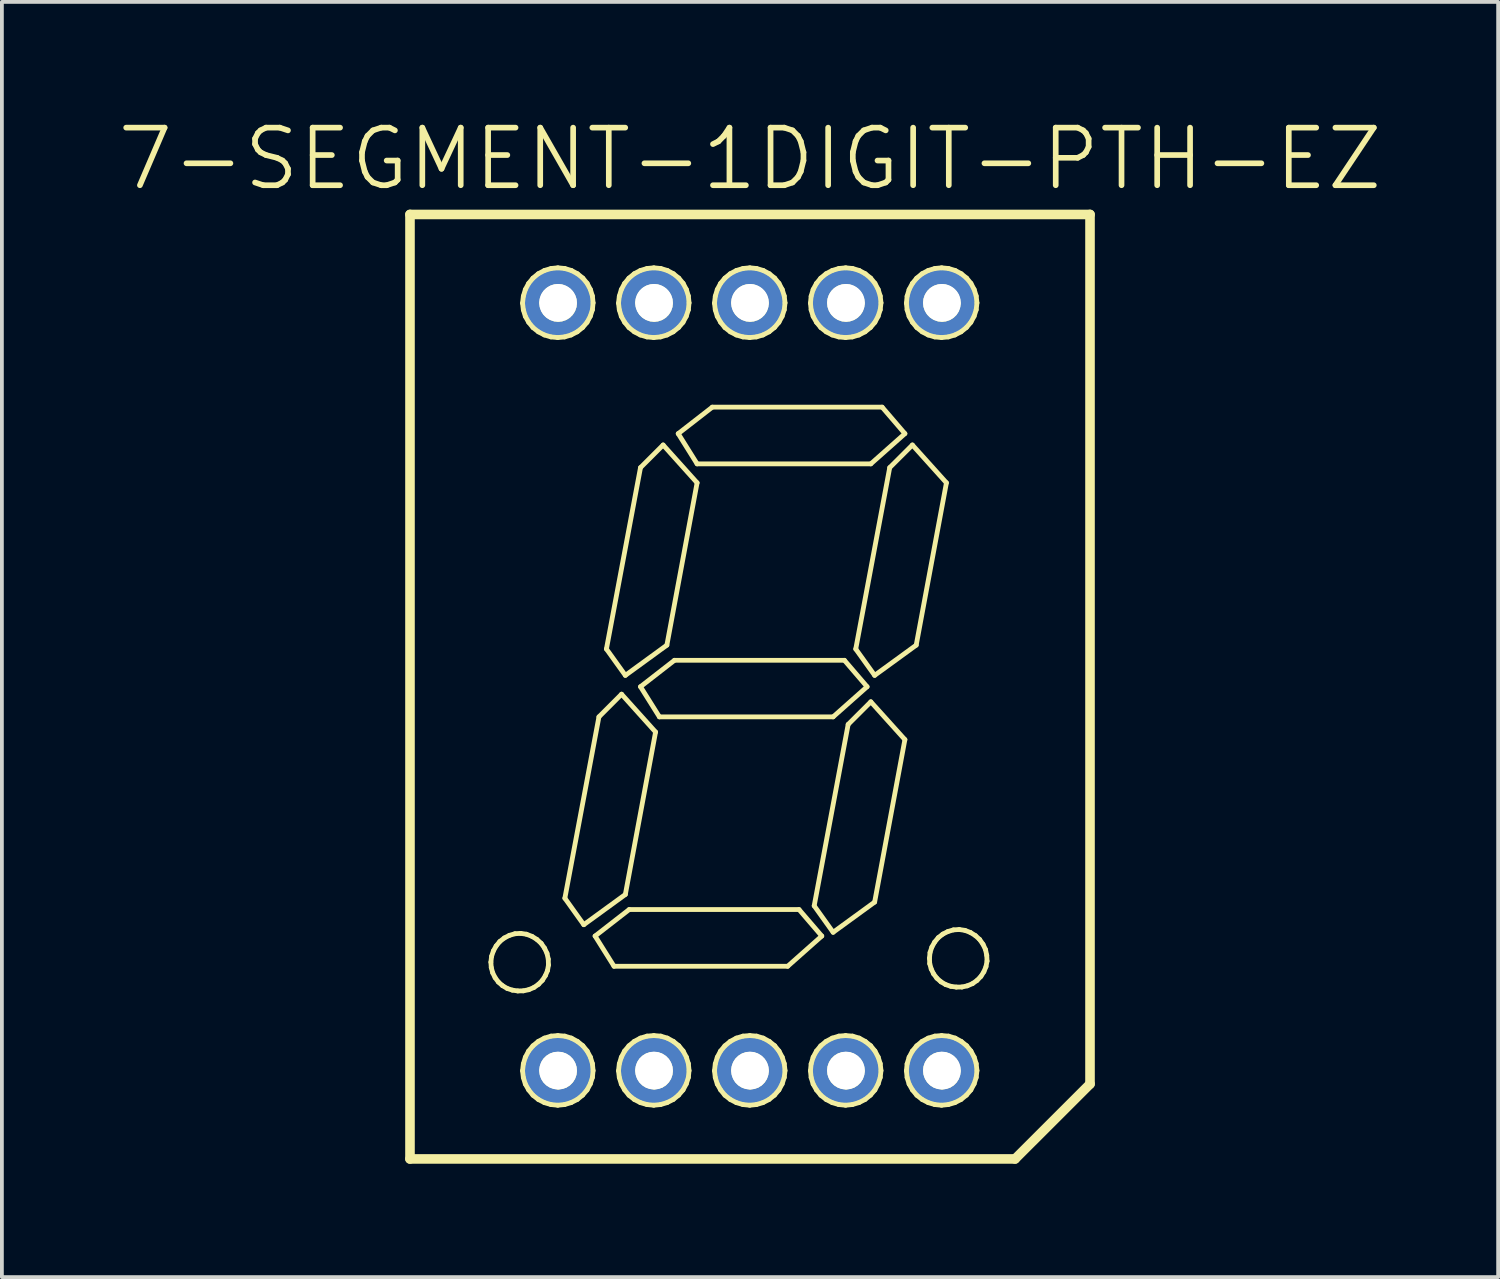
<source format=kicad_pcb>
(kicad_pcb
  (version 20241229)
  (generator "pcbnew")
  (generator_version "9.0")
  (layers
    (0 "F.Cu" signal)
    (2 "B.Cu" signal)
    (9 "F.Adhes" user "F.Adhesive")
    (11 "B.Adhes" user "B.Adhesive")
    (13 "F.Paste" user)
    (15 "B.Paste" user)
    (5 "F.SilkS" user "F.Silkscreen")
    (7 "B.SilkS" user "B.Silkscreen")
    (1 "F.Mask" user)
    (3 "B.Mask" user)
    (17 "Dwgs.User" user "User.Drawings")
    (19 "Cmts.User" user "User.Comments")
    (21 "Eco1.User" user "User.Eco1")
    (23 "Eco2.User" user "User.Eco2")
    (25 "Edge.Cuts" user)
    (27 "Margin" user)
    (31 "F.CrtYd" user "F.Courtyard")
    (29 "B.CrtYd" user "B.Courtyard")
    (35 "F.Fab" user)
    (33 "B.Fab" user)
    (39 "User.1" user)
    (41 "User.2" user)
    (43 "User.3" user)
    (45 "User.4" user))
  (footprint "7-SEGMENT-1DIGIT-PTH-EZ"
    (layer "F.Cu")
    (at 16.8 15.125)
    (property "Reference" "7-SEGMENT-1DIGIT-PTH-EZ" (at 0 -13.97 0) (layer "F.SilkS") (effects (font (size 1.524 1.524) (thickness 0.15))))
    (attr exclude_from_pos_files exclude_from_bom)
    (fp_line (start -8.999 -12.499) (end 8.999 -12.499) (stroke (width 0.254) (type solid)) (layer "F.SilkS"))
    (fp_line (start -8.999 12.499) (end -8.999 -12.499) (stroke (width 0.254) (type solid)) (layer "F.SilkS"))
    (fp_line (start -6.858 7.29) (end -6.84 7.137) (stroke (width 0.127) (type solid)) (layer "F.SilkS"))
    (fp_line (start -6.848 7.432) (end -6.858 7.29) (stroke (width 0.127) (type solid)) (layer "F.SilkS"))
    (fp_line (start -6.84 7.137) (end -6.792 6.993) (stroke (width 0.127) (type solid)) (layer "F.SilkS"))
    (fp_line (start -6.81 7.572) (end -6.848 7.432) (stroke (width 0.127) (type solid)) (layer "F.SilkS"))
    (fp_line (start -6.792 6.993) (end -6.718 6.861) (stroke (width 0.127) (type solid)) (layer "F.SilkS"))
    (fp_line (start -6.746 7.701) (end -6.81 7.572) (stroke (width 0.127) (type solid)) (layer "F.SilkS"))
    (fp_line (start -6.718 6.861) (end -6.622 6.744) (stroke (width 0.127) (type solid)) (layer "F.SilkS"))
    (fp_line (start -6.66 7.816) (end -6.746 7.701) (stroke (width 0.127) (type solid)) (layer "F.SilkS"))
    (fp_line (start -6.622 6.744) (end -6.502 6.65) (stroke (width 0.127) (type solid)) (layer "F.SilkS"))
    (fp_line (start -6.551 7.912) (end -6.66 7.816) (stroke (width 0.127) (type solid)) (layer "F.SilkS"))
    (fp_line (start -6.502 6.65) (end -6.368 6.581) (stroke (width 0.127) (type solid)) (layer "F.SilkS"))
    (fp_line (start -6.426 7.986) (end -6.551 7.912) (stroke (width 0.127) (type solid)) (layer "F.SilkS"))
    (fp_line (start -6.368 6.581) (end -6.22 6.538) (stroke (width 0.127) (type solid)) (layer "F.SilkS"))
    (fp_line (start -6.289 8.031) (end -6.426 7.986) (stroke (width 0.127) (type solid)) (layer "F.SilkS"))
    (fp_line (start -6.22 6.538) (end -6.071 6.528) (stroke (width 0.127) (type solid)) (layer "F.SilkS"))
    (fp_line (start -6.147 8.052) (end -6.289 8.031) (stroke (width 0.127) (type solid)) (layer "F.SilkS"))
    (fp_line (start -6.071 6.528) (end -5.916 6.551) (stroke (width 0.127) (type solid)) (layer "F.SilkS"))
    (fp_line (start -6.02 -10.152) (end -5.999 -10.335) (stroke (width 0.127) (type solid)) (layer "F.SilkS"))
    (fp_line (start -6.02 10.165) (end -5.999 9.982) (stroke (width 0.127) (type solid)) (layer "F.SilkS"))
    (fp_line (start -5.999 -10.335) (end -5.946 -10.511) (stroke (width 0.127) (type solid)) (layer "F.SilkS"))
    (fp_line (start -5.999 -9.975) (end -6.02 -10.152) (stroke (width 0.127) (type solid)) (layer "F.SilkS"))
    (fp_line (start -5.999 9.982) (end -5.946 9.807) (stroke (width 0.127) (type solid)) (layer "F.SilkS"))
    (fp_line (start -5.999 10.343) (end -6.02 10.165) (stroke (width 0.127) (type solid)) (layer "F.SilkS"))
    (fp_line (start -5.997 8.049) (end -6.147 8.052) (stroke (width 0.127) (type solid)) (layer "F.SilkS"))
    (fp_line (start -5.946 -10.511) (end -5.86 -10.673) (stroke (width 0.127) (type solid)) (layer "F.SilkS"))
    (fp_line (start -5.946 -9.802) (end -5.999 -9.975) (stroke (width 0.127) (type solid)) (layer "F.SilkS"))
    (fp_line (start -5.946 9.807) (end -5.86 9.644) (stroke (width 0.127) (type solid)) (layer "F.SilkS"))
    (fp_line (start -5.946 10.516) (end -5.999 10.343) (stroke (width 0.127) (type solid)) (layer "F.SilkS"))
    (fp_line (start -5.916 6.551) (end -5.771 6.607) (stroke (width 0.127) (type solid)) (layer "F.SilkS"))
    (fp_line (start -5.86 -10.673) (end -5.745 -10.813) (stroke (width 0.127) (type solid)) (layer "F.SilkS"))
    (fp_line (start -5.86 9.644) (end -5.745 9.505) (stroke (width 0.127) (type solid)) (layer "F.SilkS"))
    (fp_line (start -5.857 -9.644) (end -5.946 -9.802) (stroke (width 0.127) (type solid)) (layer "F.SilkS"))
    (fp_line (start -5.857 10.673) (end -5.946 10.516) (stroke (width 0.127) (type solid)) (layer "F.SilkS"))
    (fp_line (start -5.855 8.019) (end -5.997 8.049) (stroke (width 0.127) (type solid)) (layer "F.SilkS"))
    (fp_line (start -5.771 6.607) (end -5.641 6.688) (stroke (width 0.127) (type solid)) (layer "F.SilkS"))
    (fp_line (start -5.745 -10.813) (end -5.603 -10.93) (stroke (width 0.127) (type solid)) (layer "F.SilkS"))
    (fp_line (start -5.745 9.505) (end -5.603 9.388) (stroke (width 0.127) (type solid)) (layer "F.SilkS"))
    (fp_line (start -5.743 -9.505) (end -5.857 -9.644) (stroke (width 0.127) (type solid)) (layer "F.SilkS"))
    (fp_line (start -5.743 10.813) (end -5.857 10.673) (stroke (width 0.127) (type solid)) (layer "F.SilkS"))
    (fp_line (start -5.718 7.96) (end -5.855 8.019) (stroke (width 0.127) (type solid)) (layer "F.SilkS"))
    (fp_line (start -5.641 6.688) (end -5.527 6.792) (stroke (width 0.127) (type solid)) (layer "F.SilkS"))
    (fp_line (start -5.603 -10.93) (end -5.441 -11.016) (stroke (width 0.127) (type solid)) (layer "F.SilkS"))
    (fp_line (start -5.603 9.388) (end -5.441 9.301) (stroke (width 0.127) (type solid)) (layer "F.SilkS"))
    (fp_line (start -5.601 -9.393) (end -5.743 -9.505) (stroke (width 0.127) (type solid)) (layer "F.SilkS"))
    (fp_line (start -5.601 10.925) (end -5.743 10.813) (stroke (width 0.127) (type solid)) (layer "F.SilkS"))
    (fp_line (start -5.598 7.877) (end -5.718 7.96) (stroke (width 0.127) (type solid)) (layer "F.SilkS"))
    (fp_line (start -5.527 6.792) (end -5.438 6.919) (stroke (width 0.127) (type solid)) (layer "F.SilkS"))
    (fp_line (start -5.512 -10.163) (end -5.499 -10.063) (stroke (width 0.127) (type solid)) (layer "F.SilkS"))
    (fp_line (start -5.512 10.155) (end -5.499 10.254) (stroke (width 0.127) (type solid)) (layer "F.SilkS"))
    (fp_line (start -5.499 -10.257) (end -5.512 -10.163) (stroke (width 0.127) (type solid)) (layer "F.SilkS"))
    (fp_line (start -5.499 -10.063) (end -5.469 -9.972) (stroke (width 0.127) (type solid)) (layer "F.SilkS"))
    (fp_line (start -5.499 10.061) (end -5.512 10.155) (stroke (width 0.127) (type solid)) (layer "F.SilkS"))
    (fp_line (start -5.499 10.254) (end -5.469 10.345) (stroke (width 0.127) (type solid)) (layer "F.SilkS"))
    (fp_line (start -5.494 7.77) (end -5.598 7.877) (stroke (width 0.127) (type solid)) (layer "F.SilkS"))
    (fp_line (start -5.469 -10.348) (end -5.499 -10.257) (stroke (width 0.127) (type solid)) (layer "F.SilkS"))
    (fp_line (start -5.469 -9.972) (end -5.418 -9.888) (stroke (width 0.127) (type solid)) (layer "F.SilkS"))
    (fp_line (start -5.469 9.97) (end -5.499 10.061) (stroke (width 0.127) (type solid)) (layer "F.SilkS"))
    (fp_line (start -5.469 10.345) (end -5.418 10.429) (stroke (width 0.127) (type solid)) (layer "F.SilkS"))
    (fp_line (start -5.441 -11.016) (end -5.265 -11.069) (stroke (width 0.127) (type solid)) (layer "F.SilkS"))
    (fp_line (start -5.441 -9.309) (end -5.601 -9.393) (stroke (width 0.127) (type solid)) (layer "F.SilkS"))
    (fp_line (start -5.441 9.301) (end -5.265 9.248) (stroke (width 0.127) (type solid)) (layer "F.SilkS"))
    (fp_line (start -5.441 11.008) (end -5.601 10.925) (stroke (width 0.127) (type solid)) (layer "F.SilkS"))
    (fp_line (start -5.438 6.919) (end -5.372 7.059) (stroke (width 0.127) (type solid)) (layer "F.SilkS"))
    (fp_line (start -5.418 -10.429) (end -5.469 -10.348) (stroke (width 0.127) (type solid)) (layer "F.SilkS"))
    (fp_line (start -5.418 -9.888) (end -5.349 -9.82) (stroke (width 0.127) (type solid)) (layer "F.SilkS"))
    (fp_line (start -5.418 9.888) (end -5.469 9.97) (stroke (width 0.127) (type solid)) (layer "F.SilkS"))
    (fp_line (start -5.418 10.429) (end -5.349 10.498) (stroke (width 0.127) (type solid)) (layer "F.SilkS"))
    (fp_line (start -5.415 7.645) (end -5.494 7.77) (stroke (width 0.127) (type solid)) (layer "F.SilkS"))
    (fp_line (start -5.372 7.059) (end -5.339 7.211) (stroke (width 0.127) (type solid)) (layer "F.SilkS"))
    (fp_line (start -5.359 7.511) (end -5.415 7.645) (stroke (width 0.127) (type solid)) (layer "F.SilkS"))
    (fp_line (start -5.349 -10.498) (end -5.418 -10.429) (stroke (width 0.127) (type solid)) (layer "F.SilkS"))
    (fp_line (start -5.349 -9.82) (end -5.265 -9.766) (stroke (width 0.127) (type solid)) (layer "F.SilkS"))
    (fp_line (start -5.349 9.82) (end -5.418 9.888) (stroke (width 0.127) (type solid)) (layer "F.SilkS"))
    (fp_line (start -5.349 10.498) (end -5.265 10.551) (stroke (width 0.127) (type solid)) (layer "F.SilkS"))
    (fp_line (start -5.339 7.211) (end -5.334 7.366) (stroke (width 0.127) (type solid)) (layer "F.SilkS"))
    (fp_line (start -5.334 7.366) (end -5.359 7.511) (stroke (width 0.127) (type solid)) (layer "F.SilkS"))
    (fp_line (start -5.268 -10.549) (end -5.349 -10.498) (stroke (width 0.127) (type solid)) (layer "F.SilkS"))
    (fp_line (start -5.268 -9.258) (end -5.441 -9.309) (stroke (width 0.127) (type solid)) (layer "F.SilkS"))
    (fp_line (start -5.268 9.769) (end -5.349 9.82) (stroke (width 0.127) (type solid)) (layer "F.SilkS"))
    (fp_line (start -5.268 11.059) (end -5.441 11.008) (stroke (width 0.127) (type solid)) (layer "F.SilkS"))
    (fp_line (start -5.265 -11.069) (end -5.085 -11.087) (stroke (width 0.127) (type solid)) (layer "F.SilkS"))
    (fp_line (start -5.265 -9.766) (end -5.174 -9.733) (stroke (width 0.127) (type solid)) (layer "F.SilkS"))
    (fp_line (start -5.265 9.248) (end -5.085 9.233) (stroke (width 0.127) (type solid)) (layer "F.SilkS"))
    (fp_line (start -5.265 10.551) (end -5.174 10.584) (stroke (width 0.127) (type solid)) (layer "F.SilkS"))
    (fp_line (start -5.177 -10.579) (end -5.268 -10.549) (stroke (width 0.127) (type solid)) (layer "F.SilkS"))
    (fp_line (start -5.177 9.738) (end -5.268 9.769) (stroke (width 0.127) (type solid)) (layer "F.SilkS"))
    (fp_line (start -5.174 -9.733) (end -5.075 -9.721) (stroke (width 0.127) (type solid)) (layer "F.SilkS"))
    (fp_line (start -5.174 10.584) (end -5.075 10.597) (stroke (width 0.127) (type solid)) (layer "F.SilkS"))
    (fp_line (start -5.088 -9.241) (end -5.268 -9.258) (stroke (width 0.127) (type solid)) (layer "F.SilkS"))
    (fp_line (start -5.088 11.077) (end -5.268 11.059) (stroke (width 0.127) (type solid)) (layer "F.SilkS"))
    (fp_line (start -5.085 -11.087) (end -4.902 -11.069) (stroke (width 0.127) (type solid)) (layer "F.SilkS"))
    (fp_line (start -5.085 9.233) (end -4.902 9.248) (stroke (width 0.127) (type solid)) (layer "F.SilkS"))
    (fp_line (start -5.083 -10.592) (end -5.177 -10.579) (stroke (width 0.127) (type solid)) (layer "F.SilkS"))
    (fp_line (start -5.083 9.728) (end -5.177 9.738) (stroke (width 0.127) (type solid)) (layer "F.SilkS"))
    (fp_line (start -5.075 -9.721) (end -4.981 -9.733) (stroke (width 0.127) (type solid)) (layer "F.SilkS"))
    (fp_line (start -5.075 10.597) (end -4.981 10.584) (stroke (width 0.127) (type solid)) (layer "F.SilkS"))
    (fp_line (start -4.983 -10.579) (end -5.083 -10.592) (stroke (width 0.127) (type solid)) (layer "F.SilkS"))
    (fp_line (start -4.983 9.738) (end -5.083 9.728) (stroke (width 0.127) (type solid)) (layer "F.SilkS"))
    (fp_line (start -4.981 -9.733) (end -4.889 -9.764) (stroke (width 0.127) (type solid)) (layer "F.SilkS"))
    (fp_line (start -4.981 10.584) (end -4.889 10.554) (stroke (width 0.127) (type solid)) (layer "F.SilkS"))
    (fp_line (start -4.907 -9.258) (end -5.088 -9.241) (stroke (width 0.127) (type solid)) (layer "F.SilkS"))
    (fp_line (start -4.907 11.059) (end -5.088 11.077) (stroke (width 0.127) (type solid)) (layer "F.SilkS"))
    (fp_line (start -4.902 -11.069) (end -4.727 -11.016) (stroke (width 0.127) (type solid)) (layer "F.SilkS"))
    (fp_line (start -4.902 9.248) (end -4.727 9.301) (stroke (width 0.127) (type solid)) (layer "F.SilkS"))
    (fp_line (start -4.9 5.598) (end -3.998 0.798) (stroke (width 0.127) (type solid)) (layer "F.SilkS"))
    (fp_line (start -4.892 -10.546) (end -4.983 -10.579) (stroke (width 0.127) (type solid)) (layer "F.SilkS"))
    (fp_line (start -4.892 9.771) (end -4.983 9.738) (stroke (width 0.127) (type solid)) (layer "F.SilkS"))
    (fp_line (start -4.889 -9.764) (end -4.808 -9.815) (stroke (width 0.127) (type solid)) (layer "F.SilkS"))
    (fp_line (start -4.889 10.554) (end -4.808 10.503) (stroke (width 0.127) (type solid)) (layer "F.SilkS"))
    (fp_line (start -4.808 -10.493) (end -4.892 -10.546) (stroke (width 0.127) (type solid)) (layer "F.SilkS"))
    (fp_line (start -4.808 -9.815) (end -4.74 -9.883) (stroke (width 0.127) (type solid)) (layer "F.SilkS"))
    (fp_line (start -4.808 9.825) (end -4.892 9.771) (stroke (width 0.127) (type solid)) (layer "F.SilkS"))
    (fp_line (start -4.808 10.503) (end -4.74 10.434) (stroke (width 0.127) (type solid)) (layer "F.SilkS"))
    (fp_line (start -4.74 -10.424) (end -4.808 -10.493) (stroke (width 0.127) (type solid)) (layer "F.SilkS"))
    (fp_line (start -4.74 -9.883) (end -4.689 -9.964) (stroke (width 0.127) (type solid)) (layer "F.SilkS"))
    (fp_line (start -4.74 9.893) (end -4.808 9.825) (stroke (width 0.127) (type solid)) (layer "F.SilkS"))
    (fp_line (start -4.74 10.434) (end -4.689 10.353) (stroke (width 0.127) (type solid)) (layer "F.SilkS"))
    (fp_line (start -4.735 -9.309) (end -4.907 -9.258) (stroke (width 0.127) (type solid)) (layer "F.SilkS"))
    (fp_line (start -4.735 11.008) (end -4.907 11.059) (stroke (width 0.127) (type solid)) (layer "F.SilkS"))
    (fp_line (start -4.727 -11.016) (end -4.567 -10.93) (stroke (width 0.127) (type solid)) (layer "F.SilkS"))
    (fp_line (start -4.727 9.301) (end -4.567 9.388) (stroke (width 0.127) (type solid)) (layer "F.SilkS"))
    (fp_line (start -4.689 -10.34) (end -4.74 -10.424) (stroke (width 0.127) (type solid)) (layer "F.SilkS"))
    (fp_line (start -4.689 -9.964) (end -4.658 -10.056) (stroke (width 0.127) (type solid)) (layer "F.SilkS"))
    (fp_line (start -4.689 9.977) (end -4.74 9.893) (stroke (width 0.127) (type solid)) (layer "F.SilkS"))
    (fp_line (start -4.689 10.353) (end -4.658 10.262) (stroke (width 0.127) (type solid)) (layer "F.SilkS"))
    (fp_line (start -4.658 -10.249) (end -4.689 -10.34) (stroke (width 0.127) (type solid)) (layer "F.SilkS"))
    (fp_line (start -4.658 -10.056) (end -4.648 -10.15) (stroke (width 0.127) (type solid)) (layer "F.SilkS"))
    (fp_line (start -4.658 10.069) (end -4.689 9.977) (stroke (width 0.127) (type solid)) (layer "F.SilkS"))
    (fp_line (start -4.658 10.262) (end -4.648 10.168) (stroke (width 0.127) (type solid)) (layer "F.SilkS"))
    (fp_line (start -4.648 -10.15) (end -4.658 -10.249) (stroke (width 0.127) (type solid)) (layer "F.SilkS"))
    (fp_line (start -4.648 10.168) (end -4.658 10.069) (stroke (width 0.127) (type solid)) (layer "F.SilkS"))
    (fp_line (start -4.572 -9.393) (end -4.735 -9.309) (stroke (width 0.127) (type solid)) (layer "F.SilkS"))
    (fp_line (start -4.572 10.925) (end -4.735 11.008) (stroke (width 0.127) (type solid)) (layer "F.SilkS"))
    (fp_line (start -4.567 -10.93) (end -4.425 -10.815) (stroke (width 0.127) (type solid)) (layer "F.SilkS"))
    (fp_line (start -4.567 9.388) (end -4.425 9.502) (stroke (width 0.127) (type solid)) (layer "F.SilkS"))
    (fp_line (start -4.43 -9.507) (end -4.572 -9.393) (stroke (width 0.127) (type solid)) (layer "F.SilkS"))
    (fp_line (start -4.43 10.81) (end -4.572 10.925) (stroke (width 0.127) (type solid)) (layer "F.SilkS"))
    (fp_line (start -4.425 -10.815) (end -4.31 -10.676) (stroke (width 0.127) (type solid)) (layer "F.SilkS"))
    (fp_line (start -4.425 9.502) (end -4.31 9.642) (stroke (width 0.127) (type solid)) (layer "F.SilkS"))
    (fp_line (start -4.399 6.299) (end -4.9 5.598) (stroke (width 0.127) (type solid)) (layer "F.SilkS"))
    (fp_line (start -4.313 -9.644) (end -4.43 -9.507) (stroke (width 0.127) (type solid)) (layer "F.SilkS"))
    (fp_line (start -4.313 10.673) (end -4.43 10.81) (stroke (width 0.127) (type solid)) (layer "F.SilkS"))
    (fp_line (start -4.31 -10.676) (end -4.224 -10.513) (stroke (width 0.127) (type solid)) (layer "F.SilkS"))
    (fp_line (start -4.31 9.642) (end -4.224 9.804) (stroke (width 0.127) (type solid)) (layer "F.SilkS"))
    (fp_line (start -4.227 -9.804) (end -4.313 -9.644) (stroke (width 0.127) (type solid)) (layer "F.SilkS"))
    (fp_line (start -4.227 10.513) (end -4.313 10.673) (stroke (width 0.127) (type solid)) (layer "F.SilkS"))
    (fp_line (start -4.224 -10.513) (end -4.171 -10.34) (stroke (width 0.127) (type solid)) (layer "F.SilkS"))
    (fp_line (start -4.224 9.804) (end -4.171 9.977) (stroke (width 0.127) (type solid)) (layer "F.SilkS"))
    (fp_line (start -4.171 -10.34) (end -4.153 -10.16) (stroke (width 0.127) (type solid)) (layer "F.SilkS"))
    (fp_line (start -4.171 -9.977) (end -4.227 -9.804) (stroke (width 0.127) (type solid)) (layer "F.SilkS"))
    (fp_line (start -4.171 9.977) (end -4.153 10.16) (stroke (width 0.127) (type solid)) (layer "F.SilkS"))
    (fp_line (start -4.171 10.34) (end -4.227 10.513) (stroke (width 0.127) (type solid)) (layer "F.SilkS"))
    (fp_line (start -4.153 -10.16) (end -4.171 -9.977) (stroke (width 0.127) (type solid)) (layer "F.SilkS"))
    (fp_line (start -4.153 10.16) (end -4.171 10.34) (stroke (width 0.127) (type solid)) (layer "F.SilkS"))
    (fp_line (start -4.1 6.599) (end -3.198 5.898) (stroke (width 0.127) (type solid)) (layer "F.SilkS"))
    (fp_line (start -3.998 0.798) (end -3.399 0.198) (stroke (width 0.127) (type solid)) (layer "F.SilkS"))
    (fp_line (start -3.8 -0.998) (end -2.898 -5.799) (stroke (width 0.127) (type solid)) (layer "F.SilkS"))
    (fp_line (start -3.599 7.399) (end -4.1 6.599) (stroke (width 0.127) (type solid)) (layer "F.SilkS"))
    (fp_line (start -3.48 -10.152) (end -3.459 -10.335) (stroke (width 0.127) (type solid)) (layer "F.SilkS"))
    (fp_line (start -3.48 10.165) (end -3.459 9.982) (stroke (width 0.127) (type solid)) (layer "F.SilkS"))
    (fp_line (start -3.459 -10.335) (end -3.406 -10.511) (stroke (width 0.127) (type solid)) (layer "F.SilkS"))
    (fp_line (start -3.459 -9.975) (end -3.48 -10.152) (stroke (width 0.127) (type solid)) (layer "F.SilkS"))
    (fp_line (start -3.459 9.982) (end -3.406 9.807) (stroke (width 0.127) (type solid)) (layer "F.SilkS"))
    (fp_line (start -3.459 10.343) (end -3.48 10.165) (stroke (width 0.127) (type solid)) (layer "F.SilkS"))
    (fp_line (start -3.406 -10.511) (end -3.32 -10.673) (stroke (width 0.127) (type solid)) (layer "F.SilkS"))
    (fp_line (start -3.406 -9.802) (end -3.459 -9.975) (stroke (width 0.127) (type solid)) (layer "F.SilkS"))
    (fp_line (start -3.406 9.807) (end -3.32 9.644) (stroke (width 0.127) (type solid)) (layer "F.SilkS"))
    (fp_line (start -3.406 10.516) (end -3.459 10.343) (stroke (width 0.127) (type solid)) (layer "F.SilkS"))
    (fp_line (start -3.399 0.198) (end -2.499 1.199) (stroke (width 0.127) (type solid)) (layer "F.SilkS"))
    (fp_line (start -3.32 -10.673) (end -3.205 -10.813) (stroke (width 0.127) (type solid)) (layer "F.SilkS"))
    (fp_line (start -3.32 9.644) (end -3.205 9.505) (stroke (width 0.127) (type solid)) (layer "F.SilkS"))
    (fp_line (start -3.317 -9.644) (end -3.406 -9.802) (stroke (width 0.127) (type solid)) (layer "F.SilkS"))
    (fp_line (start -3.317 10.673) (end -3.406 10.516) (stroke (width 0.127) (type solid)) (layer "F.SilkS"))
    (fp_line (start -3.299 -0.3) (end -3.8 -0.998) (stroke (width 0.127) (type solid)) (layer "F.SilkS"))
    (fp_line (start -3.299 5.499) (end -4.399 6.299) (stroke (width 0.127) (type solid)) (layer "F.SilkS"))
    (fp_line (start -3.205 -10.813) (end -3.063 -10.93) (stroke (width 0.127) (type solid)) (layer "F.SilkS"))
    (fp_line (start -3.205 9.505) (end -3.063 9.388) (stroke (width 0.127) (type solid)) (layer "F.SilkS"))
    (fp_line (start -3.203 -9.505) (end -3.317 -9.644) (stroke (width 0.127) (type solid)) (layer "F.SilkS"))
    (fp_line (start -3.203 10.813) (end -3.317 10.673) (stroke (width 0.127) (type solid)) (layer "F.SilkS"))
    (fp_line (start -3.198 5.898) (end 1.298 5.898) (stroke (width 0.127) (type solid)) (layer "F.SilkS"))
    (fp_line (start -3.063 -10.93) (end -2.901 -11.016) (stroke (width 0.127) (type solid)) (layer "F.SilkS"))
    (fp_line (start -3.063 9.388) (end -2.901 9.301) (stroke (width 0.127) (type solid)) (layer "F.SilkS"))
    (fp_line (start -3.061 -9.393) (end -3.203 -9.505) (stroke (width 0.127) (type solid)) (layer "F.SilkS"))
    (fp_line (start -3.061 10.925) (end -3.203 10.813) (stroke (width 0.127) (type solid)) (layer "F.SilkS"))
    (fp_line (start -2.972 -10.163) (end -2.959 -10.063) (stroke (width 0.127) (type solid)) (layer "F.SilkS"))
    (fp_line (start -2.972 10.155) (end -2.959 10.254) (stroke (width 0.127) (type solid)) (layer "F.SilkS"))
    (fp_line (start -2.959 -10.257) (end -2.972 -10.163) (stroke (width 0.127) (type solid)) (layer "F.SilkS"))
    (fp_line (start -2.959 -10.063) (end -2.929 -9.972) (stroke (width 0.127) (type solid)) (layer "F.SilkS"))
    (fp_line (start -2.959 10.061) (end -2.972 10.155) (stroke (width 0.127) (type solid)) (layer "F.SilkS"))
    (fp_line (start -2.959 10.254) (end -2.929 10.345) (stroke (width 0.127) (type solid)) (layer "F.SilkS"))
    (fp_line (start -2.929 -10.348) (end -2.959 -10.257) (stroke (width 0.127) (type solid)) (layer "F.SilkS"))
    (fp_line (start -2.929 -9.972) (end -2.878 -9.888) (stroke (width 0.127) (type solid)) (layer "F.SilkS"))
    (fp_line (start -2.929 9.97) (end -2.959 10.061) (stroke (width 0.127) (type solid)) (layer "F.SilkS"))
    (fp_line (start -2.929 10.345) (end -2.878 10.429) (stroke (width 0.127) (type solid)) (layer "F.SilkS"))
    (fp_line (start -2.901 -11.016) (end -2.725 -11.069) (stroke (width 0.127) (type solid)) (layer "F.SilkS"))
    (fp_line (start -2.901 -9.309) (end -3.061 -9.393) (stroke (width 0.127) (type solid)) (layer "F.SilkS"))
    (fp_line (start -2.901 9.301) (end -2.725 9.248) (stroke (width 0.127) (type solid)) (layer "F.SilkS"))
    (fp_line (start -2.901 11.008) (end -3.061 10.925) (stroke (width 0.127) (type solid)) (layer "F.SilkS"))
    (fp_line (start -2.898 -5.799) (end -2.299 -6.398) (stroke (width 0.127) (type solid)) (layer "F.SilkS"))
    (fp_line (start -2.898 0) (end -1.999 -0.699) (stroke (width 0.127) (type solid)) (layer "F.SilkS"))
    (fp_line (start -2.878 -10.429) (end -2.929 -10.348) (stroke (width 0.127) (type solid)) (layer "F.SilkS"))
    (fp_line (start -2.878 -9.888) (end -2.809 -9.82) (stroke (width 0.127) (type solid)) (layer "F.SilkS"))
    (fp_line (start -2.878 9.888) (end -2.929 9.97) (stroke (width 0.127) (type solid)) (layer "F.SilkS"))
    (fp_line (start -2.878 10.429) (end -2.809 10.498) (stroke (width 0.127) (type solid)) (layer "F.SilkS"))
    (fp_line (start -2.809 -10.498) (end -2.878 -10.429) (stroke (width 0.127) (type solid)) (layer "F.SilkS"))
    (fp_line (start -2.809 -9.82) (end -2.725 -9.766) (stroke (width 0.127) (type solid)) (layer "F.SilkS"))
    (fp_line (start -2.809 9.82) (end -2.878 9.888) (stroke (width 0.127) (type solid)) (layer "F.SilkS"))
    (fp_line (start -2.809 10.498) (end -2.725 10.551) (stroke (width 0.127) (type solid)) (layer "F.SilkS"))
    (fp_line (start -2.728 -10.549) (end -2.809 -10.498) (stroke (width 0.127) (type solid)) (layer "F.SilkS"))
    (fp_line (start -2.728 -9.258) (end -2.901 -9.309) (stroke (width 0.127) (type solid)) (layer "F.SilkS"))
    (fp_line (start -2.728 9.769) (end -2.809 9.82) (stroke (width 0.127) (type solid)) (layer "F.SilkS"))
    (fp_line (start -2.728 11.059) (end -2.901 11.008) (stroke (width 0.127) (type solid)) (layer "F.SilkS"))
    (fp_line (start -2.725 -11.069) (end -2.545 -11.087) (stroke (width 0.127) (type solid)) (layer "F.SilkS"))
    (fp_line (start -2.725 -9.766) (end -2.634 -9.733) (stroke (width 0.127) (type solid)) (layer "F.SilkS"))
    (fp_line (start -2.725 9.248) (end -2.545 9.233) (stroke (width 0.127) (type solid)) (layer "F.SilkS"))
    (fp_line (start -2.725 10.551) (end -2.634 10.584) (stroke (width 0.127) (type solid)) (layer "F.SilkS"))
    (fp_line (start -2.637 -10.579) (end -2.728 -10.549) (stroke (width 0.127) (type solid)) (layer "F.SilkS"))
    (fp_line (start -2.637 9.738) (end -2.728 9.769) (stroke (width 0.127) (type solid)) (layer "F.SilkS"))
    (fp_line (start -2.634 -9.733) (end -2.535 -9.721) (stroke (width 0.127) (type solid)) (layer "F.SilkS"))
    (fp_line (start -2.634 10.584) (end -2.535 10.597) (stroke (width 0.127) (type solid)) (layer "F.SilkS"))
    (fp_line (start -2.548 -9.241) (end -2.728 -9.258) (stroke (width 0.127) (type solid)) (layer "F.SilkS"))
    (fp_line (start -2.548 11.077) (end -2.728 11.059) (stroke (width 0.127) (type solid)) (layer "F.SilkS"))
    (fp_line (start -2.545 -11.087) (end -2.362 -11.069) (stroke (width 0.127) (type solid)) (layer "F.SilkS"))
    (fp_line (start -2.545 9.233) (end -2.362 9.248) (stroke (width 0.127) (type solid)) (layer "F.SilkS"))
    (fp_line (start -2.543 -10.592) (end -2.637 -10.579) (stroke (width 0.127) (type solid)) (layer "F.SilkS"))
    (fp_line (start -2.543 9.728) (end -2.637 9.738) (stroke (width 0.127) (type solid)) (layer "F.SilkS"))
    (fp_line (start -2.535 -9.721) (end -2.441 -9.733) (stroke (width 0.127) (type solid)) (layer "F.SilkS"))
    (fp_line (start -2.535 10.597) (end -2.441 10.584) (stroke (width 0.127) (type solid)) (layer "F.SilkS"))
    (fp_line (start -2.499 1.199) (end -3.299 5.499) (stroke (width 0.127) (type solid)) (layer "F.SilkS"))
    (fp_line (start -2.443 -10.579) (end -2.543 -10.592) (stroke (width 0.127) (type solid)) (layer "F.SilkS"))
    (fp_line (start -2.443 9.738) (end -2.543 9.728) (stroke (width 0.127) (type solid)) (layer "F.SilkS"))
    (fp_line (start -2.441 -9.733) (end -2.349 -9.764) (stroke (width 0.127) (type solid)) (layer "F.SilkS"))
    (fp_line (start -2.441 10.584) (end -2.349 10.554) (stroke (width 0.127) (type solid)) (layer "F.SilkS"))
    (fp_line (start -2.398 0.798) (end -2.898 0) (stroke (width 0.127) (type solid)) (layer "F.SilkS"))
    (fp_line (start -2.367 -9.258) (end -2.548 -9.241) (stroke (width 0.127) (type solid)) (layer "F.SilkS"))
    (fp_line (start -2.367 11.059) (end -2.548 11.077) (stroke (width 0.127) (type solid)) (layer "F.SilkS"))
    (fp_line (start -2.362 -11.069) (end -2.187 -11.016) (stroke (width 0.127) (type solid)) (layer "F.SilkS"))
    (fp_line (start -2.362 9.248) (end -2.187 9.301) (stroke (width 0.127) (type solid)) (layer "F.SilkS"))
    (fp_line (start -2.352 -10.546) (end -2.443 -10.579) (stroke (width 0.127) (type solid)) (layer "F.SilkS"))
    (fp_line (start -2.352 9.771) (end -2.443 9.738) (stroke (width 0.127) (type solid)) (layer "F.SilkS"))
    (fp_line (start -2.349 -9.764) (end -2.268 -9.815) (stroke (width 0.127) (type solid)) (layer "F.SilkS"))
    (fp_line (start -2.349 10.554) (end -2.268 10.503) (stroke (width 0.127) (type solid)) (layer "F.SilkS"))
    (fp_line (start -2.299 -6.398) (end -1.4 -5.397) (stroke (width 0.127) (type solid)) (layer "F.SilkS"))
    (fp_line (start -2.268 -10.493) (end -2.352 -10.546) (stroke (width 0.127) (type solid)) (layer "F.SilkS"))
    (fp_line (start -2.268 -9.815) (end -2.2 -9.883) (stroke (width 0.127) (type solid)) (layer "F.SilkS"))
    (fp_line (start -2.268 9.825) (end -2.352 9.771) (stroke (width 0.127) (type solid)) (layer "F.SilkS"))
    (fp_line (start -2.268 10.503) (end -2.2 10.434) (stroke (width 0.127) (type solid)) (layer "F.SilkS"))
    (fp_line (start -2.2 -10.424) (end -2.268 -10.493) (stroke (width 0.127) (type solid)) (layer "F.SilkS"))
    (fp_line (start -2.2 -9.883) (end -2.149 -9.964) (stroke (width 0.127) (type solid)) (layer "F.SilkS"))
    (fp_line (start -2.2 -1.1) (end -3.299 -0.3) (stroke (width 0.127) (type solid)) (layer "F.SilkS"))
    (fp_line (start -2.2 9.893) (end -2.268 9.825) (stroke (width 0.127) (type solid)) (layer "F.SilkS"))
    (fp_line (start -2.2 10.434) (end -2.149 10.353) (stroke (width 0.127) (type solid)) (layer "F.SilkS"))
    (fp_line (start -2.195 -9.309) (end -2.367 -9.258) (stroke (width 0.127) (type solid)) (layer "F.SilkS"))
    (fp_line (start -2.195 11.008) (end -2.367 11.059) (stroke (width 0.127) (type solid)) (layer "F.SilkS"))
    (fp_line (start -2.187 -11.016) (end -2.027 -10.93) (stroke (width 0.127) (type solid)) (layer "F.SilkS"))
    (fp_line (start -2.187 9.301) (end -2.027 9.388) (stroke (width 0.127) (type solid)) (layer "F.SilkS"))
    (fp_line (start -2.149 -10.34) (end -2.2 -10.424) (stroke (width 0.127) (type solid)) (layer "F.SilkS"))
    (fp_line (start -2.149 -9.964) (end -2.118 -10.056) (stroke (width 0.127) (type solid)) (layer "F.SilkS"))
    (fp_line (start -2.149 9.977) (end -2.2 9.893) (stroke (width 0.127) (type solid)) (layer "F.SilkS"))
    (fp_line (start -2.149 10.353) (end -2.118 10.262) (stroke (width 0.127) (type solid)) (layer "F.SilkS"))
    (fp_line (start -2.118 -10.249) (end -2.149 -10.34) (stroke (width 0.127) (type solid)) (layer "F.SilkS"))
    (fp_line (start -2.118 -10.056) (end -2.108 -10.15) (stroke (width 0.127) (type solid)) (layer "F.SilkS"))
    (fp_line (start -2.118 10.069) (end -2.149 9.977) (stroke (width 0.127) (type solid)) (layer "F.SilkS"))
    (fp_line (start -2.118 10.262) (end -2.108 10.168) (stroke (width 0.127) (type solid)) (layer "F.SilkS"))
    (fp_line (start -2.108 -10.15) (end -2.118 -10.249) (stroke (width 0.127) (type solid)) (layer "F.SilkS"))
    (fp_line (start -2.108 10.168) (end -2.118 10.069) (stroke (width 0.127) (type solid)) (layer "F.SilkS"))
    (fp_line (start -2.032 -9.393) (end -2.195 -9.309) (stroke (width 0.127) (type solid)) (layer "F.SilkS"))
    (fp_line (start -2.032 10.925) (end -2.195 11.008) (stroke (width 0.127) (type solid)) (layer "F.SilkS"))
    (fp_line (start -2.027 -10.93) (end -1.885 -10.815) (stroke (width 0.127) (type solid)) (layer "F.SilkS"))
    (fp_line (start -2.027 9.388) (end -1.885 9.502) (stroke (width 0.127) (type solid)) (layer "F.SilkS"))
    (fp_line (start -1.999 -0.699) (end 2.499 -0.699) (stroke (width 0.127) (type solid)) (layer "F.SilkS"))
    (fp_line (start -1.9 -6.698) (end -0.998 -7.399) (stroke (width 0.127) (type solid)) (layer "F.SilkS"))
    (fp_line (start -1.89 -9.507) (end -2.032 -9.393) (stroke (width 0.127) (type solid)) (layer "F.SilkS"))
    (fp_line (start -1.89 10.81) (end -2.032 10.925) (stroke (width 0.127) (type solid)) (layer "F.SilkS"))
    (fp_line (start -1.885 -10.815) (end -1.77 -10.676) (stroke (width 0.127) (type solid)) (layer "F.SilkS"))
    (fp_line (start -1.885 9.502) (end -1.77 9.642) (stroke (width 0.127) (type solid)) (layer "F.SilkS"))
    (fp_line (start -1.773 -9.644) (end -1.89 -9.507) (stroke (width 0.127) (type solid)) (layer "F.SilkS"))
    (fp_line (start -1.773 10.673) (end -1.89 10.81) (stroke (width 0.127) (type solid)) (layer "F.SilkS"))
    (fp_line (start -1.77 -10.676) (end -1.684 -10.513) (stroke (width 0.127) (type solid)) (layer "F.SilkS"))
    (fp_line (start -1.77 9.642) (end -1.684 9.804) (stroke (width 0.127) (type solid)) (layer "F.SilkS"))
    (fp_line (start -1.687 -9.804) (end -1.773 -9.644) (stroke (width 0.127) (type solid)) (layer "F.SilkS"))
    (fp_line (start -1.687 10.513) (end -1.773 10.673) (stroke (width 0.127) (type solid)) (layer "F.SilkS"))
    (fp_line (start -1.684 -10.513) (end -1.631 -10.34) (stroke (width 0.127) (type solid)) (layer "F.SilkS"))
    (fp_line (start -1.684 9.804) (end -1.631 9.977) (stroke (width 0.127) (type solid)) (layer "F.SilkS"))
    (fp_line (start -1.631 -10.34) (end -1.613 -10.16) (stroke (width 0.127) (type solid)) (layer "F.SilkS"))
    (fp_line (start -1.631 -9.977) (end -1.687 -9.804) (stroke (width 0.127) (type solid)) (layer "F.SilkS"))
    (fp_line (start -1.631 9.977) (end -1.613 10.16) (stroke (width 0.127) (type solid)) (layer "F.SilkS"))
    (fp_line (start -1.631 10.34) (end -1.687 10.513) (stroke (width 0.127) (type solid)) (layer "F.SilkS"))
    (fp_line (start -1.613 -10.16) (end -1.631 -9.977) (stroke (width 0.127) (type solid)) (layer "F.SilkS"))
    (fp_line (start -1.613 10.16) (end -1.631 10.34) (stroke (width 0.127) (type solid)) (layer "F.SilkS"))
    (fp_line (start -1.4 -5.898) (end -1.9 -6.698) (stroke (width 0.127) (type solid)) (layer "F.SilkS"))
    (fp_line (start -1.4 -5.397) (end -2.2 -1.1) (stroke (width 0.127) (type solid)) (layer "F.SilkS"))
    (fp_line (start -0.998 -7.399) (end 3.498 -7.399) (stroke (width 0.127) (type solid)) (layer "F.SilkS"))
    (fp_line (start -0.94 -10.152) (end -0.919 -10.335) (stroke (width 0.127) (type solid)) (layer "F.SilkS"))
    (fp_line (start -0.94 10.165) (end -0.919 9.982) (stroke (width 0.127) (type solid)) (layer "F.SilkS"))
    (fp_line (start -0.919 -10.335) (end -0.866 -10.511) (stroke (width 0.127) (type solid)) (layer "F.SilkS"))
    (fp_line (start -0.919 -9.975) (end -0.94 -10.152) (stroke (width 0.127) (type solid)) (layer "F.SilkS"))
    (fp_line (start -0.919 9.982) (end -0.866 9.807) (stroke (width 0.127) (type solid)) (layer "F.SilkS"))
    (fp_line (start -0.919 10.343) (end -0.94 10.165) (stroke (width 0.127) (type solid)) (layer "F.SilkS"))
    (fp_line (start -0.866 -10.511) (end -0.78 -10.673) (stroke (width 0.127) (type solid)) (layer "F.SilkS"))
    (fp_line (start -0.866 -9.802) (end -0.919 -9.975) (stroke (width 0.127) (type solid)) (layer "F.SilkS"))
    (fp_line (start -0.866 9.807) (end -0.78 9.644) (stroke (width 0.127) (type solid)) (layer "F.SilkS"))
    (fp_line (start -0.866 10.516) (end -0.919 10.343) (stroke (width 0.127) (type solid)) (layer "F.SilkS"))
    (fp_line (start -0.78 -10.673) (end -0.665 -10.813) (stroke (width 0.127) (type solid)) (layer "F.SilkS"))
    (fp_line (start -0.78 9.644) (end -0.665 9.505) (stroke (width 0.127) (type solid)) (layer "F.SilkS"))
    (fp_line (start -0.777 -9.644) (end -0.866 -9.802) (stroke (width 0.127) (type solid)) (layer "F.SilkS"))
    (fp_line (start -0.777 10.673) (end -0.866 10.516) (stroke (width 0.127) (type solid)) (layer "F.SilkS"))
    (fp_line (start -0.665 -10.813) (end -0.523 -10.93) (stroke (width 0.127) (type solid)) (layer "F.SilkS"))
    (fp_line (start -0.665 9.505) (end -0.523 9.388) (stroke (width 0.127) (type solid)) (layer "F.SilkS"))
    (fp_line (start -0.663 -9.505) (end -0.777 -9.644) (stroke (width 0.127) (type solid)) (layer "F.SilkS"))
    (fp_line (start -0.663 10.813) (end -0.777 10.673) (stroke (width 0.127) (type solid)) (layer "F.SilkS"))
    (fp_line (start -0.523 -10.93) (end -0.361 -11.016) (stroke (width 0.127) (type solid)) (layer "F.SilkS"))
    (fp_line (start -0.523 9.388) (end -0.361 9.301) (stroke (width 0.127) (type solid)) (layer "F.SilkS"))
    (fp_line (start -0.521 -9.393) (end -0.663 -9.505) (stroke (width 0.127) (type solid)) (layer "F.SilkS"))
    (fp_line (start -0.521 10.925) (end -0.663 10.813) (stroke (width 0.127) (type solid)) (layer "F.SilkS"))
    (fp_line (start -0.432 -10.163) (end -0.419 -10.063) (stroke (width 0.127) (type solid)) (layer "F.SilkS"))
    (fp_line (start -0.432 10.155) (end -0.419 10.254) (stroke (width 0.127) (type solid)) (layer "F.SilkS"))
    (fp_line (start -0.419 -10.257) (end -0.432 -10.163) (stroke (width 0.127) (type solid)) (layer "F.SilkS"))
    (fp_line (start -0.419 -10.063) (end -0.389 -9.972) (stroke (width 0.127) (type solid)) (layer "F.SilkS"))
    (fp_line (start -0.419 10.061) (end -0.432 10.155) (stroke (width 0.127) (type solid)) (layer "F.SilkS"))
    (fp_line (start -0.419 10.254) (end -0.389 10.345) (stroke (width 0.127) (type solid)) (layer "F.SilkS"))
    (fp_line (start -0.389 -10.348) (end -0.419 -10.257) (stroke (width 0.127) (type solid)) (layer "F.SilkS"))
    (fp_line (start -0.389 -9.972) (end -0.338 -9.888) (stroke (width 0.127) (type solid)) (layer "F.SilkS"))
    (fp_line (start -0.389 9.97) (end -0.419 10.061) (stroke (width 0.127) (type solid)) (layer "F.SilkS"))
    (fp_line (start -0.389 10.345) (end -0.338 10.429) (stroke (width 0.127) (type solid)) (layer "F.SilkS"))
    (fp_line (start -0.361 -11.016) (end -0.185 -11.069) (stroke (width 0.127) (type solid)) (layer "F.SilkS"))
    (fp_line (start -0.361 -9.309) (end -0.521 -9.393) (stroke (width 0.127) (type solid)) (layer "F.SilkS"))
    (fp_line (start -0.361 9.301) (end -0.185 9.248) (stroke (width 0.127) (type solid)) (layer "F.SilkS"))
    (fp_line (start -0.361 11.008) (end -0.521 10.925) (stroke (width 0.127) (type solid)) (layer "F.SilkS"))
    (fp_line (start -0.338 -10.429) (end -0.389 -10.348) (stroke (width 0.127) (type solid)) (layer "F.SilkS"))
    (fp_line (start -0.338 -9.888) (end -0.269 -9.82) (stroke (width 0.127) (type solid)) (layer "F.SilkS"))
    (fp_line (start -0.338 9.888) (end -0.389 9.97) (stroke (width 0.127) (type solid)) (layer "F.SilkS"))
    (fp_line (start -0.338 10.429) (end -0.269 10.498) (stroke (width 0.127) (type solid)) (layer "F.SilkS"))
    (fp_line (start -0.269 -10.498) (end -0.338 -10.429) (stroke (width 0.127) (type solid)) (layer "F.SilkS"))
    (fp_line (start -0.269 -9.82) (end -0.185 -9.766) (stroke (width 0.127) (type solid)) (layer "F.SilkS"))
    (fp_line (start -0.269 9.82) (end -0.338 9.888) (stroke (width 0.127) (type solid)) (layer "F.SilkS"))
    (fp_line (start -0.269 10.498) (end -0.185 10.551) (stroke (width 0.127) (type solid)) (layer "F.SilkS"))
    (fp_line (start -0.188 -10.549) (end -0.269 -10.498) (stroke (width 0.127) (type solid)) (layer "F.SilkS"))
    (fp_line (start -0.188 -9.258) (end -0.361 -9.309) (stroke (width 0.127) (type solid)) (layer "F.SilkS"))
    (fp_line (start -0.188 9.769) (end -0.269 9.82) (stroke (width 0.127) (type solid)) (layer "F.SilkS"))
    (fp_line (start -0.188 11.059) (end -0.361 11.008) (stroke (width 0.127) (type solid)) (layer "F.SilkS"))
    (fp_line (start -0.185 -11.069) (end -0.005 -11.087) (stroke (width 0.127) (type solid)) (layer "F.SilkS"))
    (fp_line (start -0.185 -9.766) (end -0.094 -9.733) (stroke (width 0.127) (type solid)) (layer "F.SilkS"))
    (fp_line (start -0.185 9.248) (end -0.005 9.233) (stroke (width 0.127) (type solid)) (layer "F.SilkS"))
    (fp_line (start -0.185 10.551) (end -0.094 10.584) (stroke (width 0.127) (type solid)) (layer "F.SilkS"))
    (fp_line (start -0.097 -10.579) (end -0.188 -10.549) (stroke (width 0.127) (type solid)) (layer "F.SilkS"))
    (fp_line (start -0.097 9.738) (end -0.188 9.769) (stroke (width 0.127) (type solid)) (layer "F.SilkS"))
    (fp_line (start -0.094 -9.733) (end 0.003 -9.721) (stroke (width 0.127) (type solid)) (layer "F.SilkS"))
    (fp_line (start -0.094 10.584) (end 0.003 10.597) (stroke (width 0.127) (type solid)) (layer "F.SilkS"))
    (fp_line (start -0.008 -9.241) (end -0.188 -9.258) (stroke (width 0.127) (type solid)) (layer "F.SilkS"))
    (fp_line (start -0.008 11.077) (end -0.188 11.059) (stroke (width 0.127) (type solid)) (layer "F.SilkS"))
    (fp_line (start -0.005 -11.087) (end 0.175 -11.069) (stroke (width 0.127) (type solid)) (layer "F.SilkS"))
    (fp_line (start -0.005 9.233) (end 0.175 9.248) (stroke (width 0.127) (type solid)) (layer "F.SilkS"))
    (fp_line (start -0.003 -10.592) (end -0.097 -10.579) (stroke (width 0.127) (type solid)) (layer "F.SilkS"))
    (fp_line (start -0.003 9.728) (end -0.097 9.738) (stroke (width 0.127) (type solid)) (layer "F.SilkS"))
    (fp_line (start 0.003 -9.721) (end 0.097 -9.733) (stroke (width 0.127) (type solid)) (layer "F.SilkS"))
    (fp_line (start 0.003 10.597) (end 0.097 10.584) (stroke (width 0.127) (type solid)) (layer "F.SilkS"))
    (fp_line (start 0.094 -10.579) (end -0.003 -10.592) (stroke (width 0.127) (type solid)) (layer "F.SilkS"))
    (fp_line (start 0.094 9.738) (end -0.003 9.728) (stroke (width 0.127) (type solid)) (layer "F.SilkS"))
    (fp_line (start 0.097 -9.733) (end 0.188 -9.764) (stroke (width 0.127) (type solid)) (layer "F.SilkS"))
    (fp_line (start 0.097 10.584) (end 0.188 10.554) (stroke (width 0.127) (type solid)) (layer "F.SilkS"))
    (fp_line (start 0.17 -9.258) (end -0.008 -9.241) (stroke (width 0.127) (type solid)) (layer "F.SilkS"))
    (fp_line (start 0.17 11.059) (end -0.008 11.077) (stroke (width 0.127) (type solid)) (layer "F.SilkS"))
    (fp_line (start 0.175 -11.069) (end 0.351 -11.016) (stroke (width 0.127) (type solid)) (layer "F.SilkS"))
    (fp_line (start 0.175 9.248) (end 0.351 9.301) (stroke (width 0.127) (type solid)) (layer "F.SilkS"))
    (fp_line (start 0.185 -10.546) (end 0.094 -10.579) (stroke (width 0.127) (type solid)) (layer "F.SilkS"))
    (fp_line (start 0.185 9.771) (end 0.094 9.738) (stroke (width 0.127) (type solid)) (layer "F.SilkS"))
    (fp_line (start 0.188 -9.764) (end 0.269 -9.815) (stroke (width 0.127) (type solid)) (layer "F.SilkS"))
    (fp_line (start 0.188 10.554) (end 0.269 10.503) (stroke (width 0.127) (type solid)) (layer "F.SilkS"))
    (fp_line (start 0.269 -10.493) (end 0.185 -10.546) (stroke (width 0.127) (type solid)) (layer "F.SilkS"))
    (fp_line (start 0.269 -9.815) (end 0.338 -9.883) (stroke (width 0.127) (type solid)) (layer "F.SilkS"))
    (fp_line (start 0.269 9.825) (end 0.185 9.771) (stroke (width 0.127) (type solid)) (layer "F.SilkS"))
    (fp_line (start 0.269 10.503) (end 0.338 10.434) (stroke (width 0.127) (type solid)) (layer "F.SilkS"))
    (fp_line (start 0.338 -10.424) (end 0.269 -10.493) (stroke (width 0.127) (type solid)) (layer "F.SilkS"))
    (fp_line (start 0.338 -9.883) (end 0.389 -9.964) (stroke (width 0.127) (type solid)) (layer "F.SilkS"))
    (fp_line (start 0.338 9.893) (end 0.269 9.825) (stroke (width 0.127) (type solid)) (layer "F.SilkS"))
    (fp_line (start 0.338 10.434) (end 0.389 10.353) (stroke (width 0.127) (type solid)) (layer "F.SilkS"))
    (fp_line (start 0.343 -9.309) (end 0.17 -9.258) (stroke (width 0.127) (type solid)) (layer "F.SilkS"))
    (fp_line (start 0.343 11.008) (end 0.17 11.059) (stroke (width 0.127) (type solid)) (layer "F.SilkS"))
    (fp_line (start 0.351 -11.016) (end 0.511 -10.93) (stroke (width 0.127) (type solid)) (layer "F.SilkS"))
    (fp_line (start 0.351 9.301) (end 0.511 9.388) (stroke (width 0.127) (type solid)) (layer "F.SilkS"))
    (fp_line (start 0.389 -10.34) (end 0.338 -10.424) (stroke (width 0.127) (type solid)) (layer "F.SilkS"))
    (fp_line (start 0.389 -9.964) (end 0.419 -10.056) (stroke (width 0.127) (type solid)) (layer "F.SilkS"))
    (fp_line (start 0.389 9.977) (end 0.338 9.893) (stroke (width 0.127) (type solid)) (layer "F.SilkS"))
    (fp_line (start 0.389 10.353) (end 0.419 10.262) (stroke (width 0.127) (type solid)) (layer "F.SilkS"))
    (fp_line (start 0.419 -10.249) (end 0.389 -10.34) (stroke (width 0.127) (type solid)) (layer "F.SilkS"))
    (fp_line (start 0.419 -10.056) (end 0.432 -10.15) (stroke (width 0.127) (type solid)) (layer "F.SilkS"))
    (fp_line (start 0.419 10.069) (end 0.389 9.977) (stroke (width 0.127) (type solid)) (layer "F.SilkS"))
    (fp_line (start 0.419 10.262) (end 0.432 10.168) (stroke (width 0.127) (type solid)) (layer "F.SilkS"))
    (fp_line (start 0.432 -10.15) (end 0.419 -10.249) (stroke (width 0.127) (type solid)) (layer "F.SilkS"))
    (fp_line (start 0.432 10.168) (end 0.419 10.069) (stroke (width 0.127) (type solid)) (layer "F.SilkS"))
    (fp_line (start 0.505 -9.393) (end 0.343 -9.309) (stroke (width 0.127) (type solid)) (layer "F.SilkS"))
    (fp_line (start 0.505 10.925) (end 0.343 11.008) (stroke (width 0.127) (type solid)) (layer "F.SilkS"))
    (fp_line (start 0.511 -10.93) (end 0.653 -10.815) (stroke (width 0.127) (type solid)) (layer "F.SilkS"))
    (fp_line (start 0.511 9.388) (end 0.653 9.502) (stroke (width 0.127) (type solid)) (layer "F.SilkS"))
    (fp_line (start 0.648 -9.507) (end 0.505 -9.393) (stroke (width 0.127) (type solid)) (layer "F.SilkS"))
    (fp_line (start 0.648 10.81) (end 0.505 10.925) (stroke (width 0.127) (type solid)) (layer "F.SilkS"))
    (fp_line (start 0.653 -10.815) (end 0.767 -10.676) (stroke (width 0.127) (type solid)) (layer "F.SilkS"))
    (fp_line (start 0.653 9.502) (end 0.767 9.642) (stroke (width 0.127) (type solid)) (layer "F.SilkS"))
    (fp_line (start 0.765 -9.644) (end 0.648 -9.507) (stroke (width 0.127) (type solid)) (layer "F.SilkS"))
    (fp_line (start 0.765 10.673) (end 0.648 10.81) (stroke (width 0.127) (type solid)) (layer "F.SilkS"))
    (fp_line (start 0.767 -10.676) (end 0.853 -10.513) (stroke (width 0.127) (type solid)) (layer "F.SilkS"))
    (fp_line (start 0.767 9.642) (end 0.853 9.804) (stroke (width 0.127) (type solid)) (layer "F.SilkS"))
    (fp_line (start 0.851 -9.804) (end 0.765 -9.644) (stroke (width 0.127) (type solid)) (layer "F.SilkS"))
    (fp_line (start 0.851 10.513) (end 0.765 10.673) (stroke (width 0.127) (type solid)) (layer "F.SilkS"))
    (fp_line (start 0.853 -10.513) (end 0.907 -10.34) (stroke (width 0.127) (type solid)) (layer "F.SilkS"))
    (fp_line (start 0.853 9.804) (end 0.907 9.977) (stroke (width 0.127) (type solid)) (layer "F.SilkS"))
    (fp_line (start 0.907 -10.34) (end 0.927 -10.16) (stroke (width 0.127) (type solid)) (layer "F.SilkS"))
    (fp_line (start 0.907 -9.977) (end 0.851 -9.804) (stroke (width 0.127) (type solid)) (layer "F.SilkS"))
    (fp_line (start 0.907 9.977) (end 0.927 10.16) (stroke (width 0.127) (type solid)) (layer "F.SilkS"))
    (fp_line (start 0.907 10.34) (end 0.851 10.513) (stroke (width 0.127) (type solid)) (layer "F.SilkS"))
    (fp_line (start 0.927 -10.16) (end 0.907 -9.977) (stroke (width 0.127) (type solid)) (layer "F.SilkS"))
    (fp_line (start 0.927 10.16) (end 0.907 10.34) (stroke (width 0.127) (type solid)) (layer "F.SilkS"))
    (fp_line (start 0.998 7.399) (end -3.599 7.399) (stroke (width 0.127) (type solid)) (layer "F.SilkS"))
    (fp_line (start 1.298 5.898) (end 1.9 6.599) (stroke (width 0.127) (type solid)) (layer "F.SilkS"))
    (fp_line (start 1.6 -10.152) (end 1.618 -10.335) (stroke (width 0.127) (type solid)) (layer "F.SilkS"))
    (fp_line (start 1.6 10.165) (end 1.618 9.982) (stroke (width 0.127) (type solid)) (layer "F.SilkS"))
    (fp_line (start 1.618 -10.335) (end 1.671 -10.511) (stroke (width 0.127) (type solid)) (layer "F.SilkS"))
    (fp_line (start 1.618 -9.975) (end 1.6 -10.152) (stroke (width 0.127) (type solid)) (layer "F.SilkS"))
    (fp_line (start 1.618 9.982) (end 1.671 9.807) (stroke (width 0.127) (type solid)) (layer "F.SilkS"))
    (fp_line (start 1.618 10.343) (end 1.6 10.165) (stroke (width 0.127) (type solid)) (layer "F.SilkS"))
    (fp_line (start 1.671 -10.511) (end 1.758 -10.673) (stroke (width 0.127) (type solid)) (layer "F.SilkS"))
    (fp_line (start 1.671 -9.802) (end 1.618 -9.975) (stroke (width 0.127) (type solid)) (layer "F.SilkS"))
    (fp_line (start 1.671 9.807) (end 1.758 9.644) (stroke (width 0.127) (type solid)) (layer "F.SilkS"))
    (fp_line (start 1.671 10.516) (end 1.618 10.343) (stroke (width 0.127) (type solid)) (layer "F.SilkS"))
    (fp_line (start 1.699 5.799) (end 2.598 0.998) (stroke (width 0.127) (type solid)) (layer "F.SilkS"))
    (fp_line (start 1.758 -10.673) (end 1.872 -10.813) (stroke (width 0.127) (type solid)) (layer "F.SilkS"))
    (fp_line (start 1.758 9.644) (end 1.872 9.505) (stroke (width 0.127) (type solid)) (layer "F.SilkS"))
    (fp_line (start 1.76 -9.644) (end 1.671 -9.802) (stroke (width 0.127) (type solid)) (layer "F.SilkS"))
    (fp_line (start 1.76 10.673) (end 1.671 10.516) (stroke (width 0.127) (type solid)) (layer "F.SilkS"))
    (fp_line (start 1.872 -10.813) (end 2.014 -10.93) (stroke (width 0.127) (type solid)) (layer "F.SilkS"))
    (fp_line (start 1.872 9.505) (end 2.014 9.388) (stroke (width 0.127) (type solid)) (layer "F.SilkS"))
    (fp_line (start 1.875 -9.505) (end 1.76 -9.644) (stroke (width 0.127) (type solid)) (layer "F.SilkS"))
    (fp_line (start 1.875 10.813) (end 1.76 10.673) (stroke (width 0.127) (type solid)) (layer "F.SilkS"))
    (fp_line (start 1.9 6.599) (end 0.998 7.399) (stroke (width 0.127) (type solid)) (layer "F.SilkS"))
    (fp_line (start 2.014 -10.93) (end 2.177 -11.016) (stroke (width 0.127) (type solid)) (layer "F.SilkS"))
    (fp_line (start 2.014 9.388) (end 2.177 9.301) (stroke (width 0.127) (type solid)) (layer "F.SilkS"))
    (fp_line (start 2.017 -9.393) (end 1.875 -9.505) (stroke (width 0.127) (type solid)) (layer "F.SilkS"))
    (fp_line (start 2.017 10.925) (end 1.875 10.813) (stroke (width 0.127) (type solid)) (layer "F.SilkS"))
    (fp_line (start 2.108 -10.163) (end 2.118 -10.063) (stroke (width 0.127) (type solid)) (layer "F.SilkS"))
    (fp_line (start 2.108 10.155) (end 2.118 10.254) (stroke (width 0.127) (type solid)) (layer "F.SilkS"))
    (fp_line (start 2.118 -10.257) (end 2.108 -10.163) (stroke (width 0.127) (type solid)) (layer "F.SilkS"))
    (fp_line (start 2.118 -10.063) (end 2.149 -9.972) (stroke (width 0.127) (type solid)) (layer "F.SilkS"))
    (fp_line (start 2.118 10.061) (end 2.108 10.155) (stroke (width 0.127) (type solid)) (layer "F.SilkS"))
    (fp_line (start 2.118 10.254) (end 2.149 10.345) (stroke (width 0.127) (type solid)) (layer "F.SilkS"))
    (fp_line (start 2.149 -10.348) (end 2.118 -10.257) (stroke (width 0.127) (type solid)) (layer "F.SilkS"))
    (fp_line (start 2.149 -9.972) (end 2.2 -9.888) (stroke (width 0.127) (type solid)) (layer "F.SilkS"))
    (fp_line (start 2.149 9.97) (end 2.118 10.061) (stroke (width 0.127) (type solid)) (layer "F.SilkS"))
    (fp_line (start 2.149 10.345) (end 2.2 10.429) (stroke (width 0.127) (type solid)) (layer "F.SilkS"))
    (fp_line (start 2.177 -11.016) (end 2.352 -11.069) (stroke (width 0.127) (type solid)) (layer "F.SilkS"))
    (fp_line (start 2.177 -9.309) (end 2.017 -9.393) (stroke (width 0.127) (type solid)) (layer "F.SilkS"))
    (fp_line (start 2.177 9.301) (end 2.352 9.248) (stroke (width 0.127) (type solid)) (layer "F.SilkS"))
    (fp_line (start 2.177 11.008) (end 2.017 10.925) (stroke (width 0.127) (type solid)) (layer "F.SilkS"))
    (fp_line (start 2.2 -10.429) (end 2.149 -10.348) (stroke (width 0.127) (type solid)) (layer "F.SilkS"))
    (fp_line (start 2.2 -9.888) (end 2.268 -9.82) (stroke (width 0.127) (type solid)) (layer "F.SilkS"))
    (fp_line (start 2.2 0.798) (end -2.398 0.798) (stroke (width 0.127) (type solid)) (layer "F.SilkS"))
    (fp_line (start 2.2 6.5) (end 1.699 5.799) (stroke (width 0.127) (type solid)) (layer "F.SilkS"))
    (fp_line (start 2.2 9.888) (end 2.149 9.97) (stroke (width 0.127) (type solid)) (layer "F.SilkS"))
    (fp_line (start 2.2 10.429) (end 2.268 10.498) (stroke (width 0.127) (type solid)) (layer "F.SilkS"))
    (fp_line (start 2.268 -10.498) (end 2.2 -10.429) (stroke (width 0.127) (type solid)) (layer "F.SilkS"))
    (fp_line (start 2.268 -9.82) (end 2.352 -9.766) (stroke (width 0.127) (type solid)) (layer "F.SilkS"))
    (fp_line (start 2.268 9.82) (end 2.2 9.888) (stroke (width 0.127) (type solid)) (layer "F.SilkS"))
    (fp_line (start 2.268 10.498) (end 2.352 10.551) (stroke (width 0.127) (type solid)) (layer "F.SilkS"))
    (fp_line (start 2.349 -10.549) (end 2.268 -10.498) (stroke (width 0.127) (type solid)) (layer "F.SilkS"))
    (fp_line (start 2.349 -9.258) (end 2.177 -9.309) (stroke (width 0.127) (type solid)) (layer "F.SilkS"))
    (fp_line (start 2.349 9.769) (end 2.268 9.82) (stroke (width 0.127) (type solid)) (layer "F.SilkS"))
    (fp_line (start 2.349 11.059) (end 2.177 11.008) (stroke (width 0.127) (type solid)) (layer "F.SilkS"))
    (fp_line (start 2.352 -11.069) (end 2.532 -11.087) (stroke (width 0.127) (type solid)) (layer "F.SilkS"))
    (fp_line (start 2.352 -9.766) (end 2.443 -9.733) (stroke (width 0.127) (type solid)) (layer "F.SilkS"))
    (fp_line (start 2.352 9.248) (end 2.532 9.233) (stroke (width 0.127) (type solid)) (layer "F.SilkS"))
    (fp_line (start 2.352 10.551) (end 2.443 10.584) (stroke (width 0.127) (type solid)) (layer "F.SilkS"))
    (fp_line (start 2.441 -10.579) (end 2.349 -10.549) (stroke (width 0.127) (type solid)) (layer "F.SilkS"))
    (fp_line (start 2.441 9.738) (end 2.349 9.769) (stroke (width 0.127) (type solid)) (layer "F.SilkS"))
    (fp_line (start 2.443 -9.733) (end 2.543 -9.721) (stroke (width 0.127) (type solid)) (layer "F.SilkS"))
    (fp_line (start 2.443 10.584) (end 2.543 10.597) (stroke (width 0.127) (type solid)) (layer "F.SilkS"))
    (fp_line (start 2.499 -0.699) (end 3.099 0) (stroke (width 0.127) (type solid)) (layer "F.SilkS"))
    (fp_line (start 2.53 -9.241) (end 2.349 -9.258) (stroke (width 0.127) (type solid)) (layer "F.SilkS"))
    (fp_line (start 2.53 11.077) (end 2.349 11.059) (stroke (width 0.127) (type solid)) (layer "F.SilkS"))
    (fp_line (start 2.532 -11.087) (end 2.715 -11.069) (stroke (width 0.127) (type solid)) (layer "F.SilkS"))
    (fp_line (start 2.532 9.233) (end 2.715 9.248) (stroke (width 0.127) (type solid)) (layer "F.SilkS"))
    (fp_line (start 2.535 -10.592) (end 2.441 -10.579) (stroke (width 0.127) (type solid)) (layer "F.SilkS"))
    (fp_line (start 2.535 9.728) (end 2.441 9.738) (stroke (width 0.127) (type solid)) (layer "F.SilkS"))
    (fp_line (start 2.543 -9.721) (end 2.637 -9.733) (stroke (width 0.127) (type solid)) (layer "F.SilkS"))
    (fp_line (start 2.543 10.597) (end 2.637 10.584) (stroke (width 0.127) (type solid)) (layer "F.SilkS"))
    (fp_line (start 2.598 0.998) (end 3.198 0.399) (stroke (width 0.127) (type solid)) (layer "F.SilkS"))
    (fp_line (start 2.634 -10.579) (end 2.535 -10.592) (stroke (width 0.127) (type solid)) (layer "F.SilkS"))
    (fp_line (start 2.634 9.738) (end 2.535 9.728) (stroke (width 0.127) (type solid)) (layer "F.SilkS"))
    (fp_line (start 2.637 -9.733) (end 2.728 -9.764) (stroke (width 0.127) (type solid)) (layer "F.SilkS"))
    (fp_line (start 2.637 10.584) (end 2.728 10.554) (stroke (width 0.127) (type solid)) (layer "F.SilkS"))
    (fp_line (start 2.71 -9.258) (end 2.53 -9.241) (stroke (width 0.127) (type solid)) (layer "F.SilkS"))
    (fp_line (start 2.71 11.059) (end 2.53 11.077) (stroke (width 0.127) (type solid)) (layer "F.SilkS"))
    (fp_line (start 2.715 -11.069) (end 2.891 -11.016) (stroke (width 0.127) (type solid)) (layer "F.SilkS"))
    (fp_line (start 2.715 9.248) (end 2.891 9.301) (stroke (width 0.127) (type solid)) (layer "F.SilkS"))
    (fp_line (start 2.725 -10.546) (end 2.634 -10.579) (stroke (width 0.127) (type solid)) (layer "F.SilkS"))
    (fp_line (start 2.725 9.771) (end 2.634 9.738) (stroke (width 0.127) (type solid)) (layer "F.SilkS"))
    (fp_line (start 2.728 -9.764) (end 2.809 -9.815) (stroke (width 0.127) (type solid)) (layer "F.SilkS"))
    (fp_line (start 2.728 10.554) (end 2.809 10.503) (stroke (width 0.127) (type solid)) (layer "F.SilkS"))
    (fp_line (start 2.799 -0.998) (end 3.698 -5.799) (stroke (width 0.127) (type solid)) (layer "F.SilkS"))
    (fp_line (start 2.809 -10.493) (end 2.725 -10.546) (stroke (width 0.127) (type solid)) (layer "F.SilkS"))
    (fp_line (start 2.809 -9.815) (end 2.878 -9.883) (stroke (width 0.127) (type solid)) (layer "F.SilkS"))
    (fp_line (start 2.809 9.825) (end 2.725 9.771) (stroke (width 0.127) (type solid)) (layer "F.SilkS"))
    (fp_line (start 2.809 10.503) (end 2.878 10.434) (stroke (width 0.127) (type solid)) (layer "F.SilkS"))
    (fp_line (start 2.878 -10.424) (end 2.809 -10.493) (stroke (width 0.127) (type solid)) (layer "F.SilkS"))
    (fp_line (start 2.878 -9.883) (end 2.929 -9.964) (stroke (width 0.127) (type solid)) (layer "F.SilkS"))
    (fp_line (start 2.878 9.893) (end 2.809 9.825) (stroke (width 0.127) (type solid)) (layer "F.SilkS"))
    (fp_line (start 2.878 10.434) (end 2.929 10.353) (stroke (width 0.127) (type solid)) (layer "F.SilkS"))
    (fp_line (start 2.883 -9.309) (end 2.71 -9.258) (stroke (width 0.127) (type solid)) (layer "F.SilkS"))
    (fp_line (start 2.883 11.008) (end 2.71 11.059) (stroke (width 0.127) (type solid)) (layer "F.SilkS"))
    (fp_line (start 2.891 -11.016) (end 3.051 -10.93) (stroke (width 0.127) (type solid)) (layer "F.SilkS"))
    (fp_line (start 2.891 9.301) (end 3.051 9.388) (stroke (width 0.127) (type solid)) (layer "F.SilkS"))
    (fp_line (start 2.929 -10.34) (end 2.878 -10.424) (stroke (width 0.127) (type solid)) (layer "F.SilkS"))
    (fp_line (start 2.929 -9.964) (end 2.959 -10.056) (stroke (width 0.127) (type solid)) (layer "F.SilkS"))
    (fp_line (start 2.929 9.977) (end 2.878 9.893) (stroke (width 0.127) (type solid)) (layer "F.SilkS"))
    (fp_line (start 2.929 10.353) (end 2.959 10.262) (stroke (width 0.127) (type solid)) (layer "F.SilkS"))
    (fp_line (start 2.959 -10.249) (end 2.929 -10.34) (stroke (width 0.127) (type solid)) (layer "F.SilkS"))
    (fp_line (start 2.959 -10.056) (end 2.972 -10.15) (stroke (width 0.127) (type solid)) (layer "F.SilkS"))
    (fp_line (start 2.959 10.069) (end 2.929 9.977) (stroke (width 0.127) (type solid)) (layer "F.SilkS"))
    (fp_line (start 2.959 10.262) (end 2.972 10.168) (stroke (width 0.127) (type solid)) (layer "F.SilkS"))
    (fp_line (start 2.972 -10.15) (end 2.959 -10.249) (stroke (width 0.127) (type solid)) (layer "F.SilkS"))
    (fp_line (start 2.972 10.168) (end 2.959 10.069) (stroke (width 0.127) (type solid)) (layer "F.SilkS"))
    (fp_line (start 3.045 -9.393) (end 2.883 -9.309) (stroke (width 0.127) (type solid)) (layer "F.SilkS"))
    (fp_line (start 3.045 10.925) (end 2.883 11.008) (stroke (width 0.127) (type solid)) (layer "F.SilkS"))
    (fp_line (start 3.051 -10.93) (end 3.193 -10.815) (stroke (width 0.127) (type solid)) (layer "F.SilkS"))
    (fp_line (start 3.051 9.388) (end 3.193 9.502) (stroke (width 0.127) (type solid)) (layer "F.SilkS"))
    (fp_line (start 3.099 0) (end 2.2 0.798) (stroke (width 0.127) (type solid)) (layer "F.SilkS"))
    (fp_line (start 3.188 -9.507) (end 3.045 -9.393) (stroke (width 0.127) (type solid)) (layer "F.SilkS"))
    (fp_line (start 3.188 10.81) (end 3.045 10.925) (stroke (width 0.127) (type solid)) (layer "F.SilkS"))
    (fp_line (start 3.193 -10.815) (end 3.307 -10.676) (stroke (width 0.127) (type solid)) (layer "F.SilkS"))
    (fp_line (start 3.193 9.502) (end 3.307 9.642) (stroke (width 0.127) (type solid)) (layer "F.SilkS"))
    (fp_line (start 3.198 -5.898) (end -1.4 -5.898) (stroke (width 0.127) (type solid)) (layer "F.SilkS"))
    (fp_line (start 3.198 0.399) (end 4.1 1.4) (stroke (width 0.127) (type solid)) (layer "F.SilkS"))
    (fp_line (start 3.299 -0.3) (end 2.799 -0.998) (stroke (width 0.127) (type solid)) (layer "F.SilkS"))
    (fp_line (start 3.299 5.7) (end 2.2 6.5) (stroke (width 0.127) (type solid)) (layer "F.SilkS"))
    (fp_line (start 3.305 -9.644) (end 3.188 -9.507) (stroke (width 0.127) (type solid)) (layer "F.SilkS"))
    (fp_line (start 3.305 10.673) (end 3.188 10.81) (stroke (width 0.127) (type solid)) (layer "F.SilkS"))
    (fp_line (start 3.307 -10.676) (end 3.393 -10.513) (stroke (width 0.127) (type solid)) (layer "F.SilkS"))
    (fp_line (start 3.307 9.642) (end 3.393 9.804) (stroke (width 0.127) (type solid)) (layer "F.SilkS"))
    (fp_line (start 3.391 -9.804) (end 3.305 -9.644) (stroke (width 0.127) (type solid)) (layer "F.SilkS"))
    (fp_line (start 3.391 10.513) (end 3.305 10.673) (stroke (width 0.127) (type solid)) (layer "F.SilkS"))
    (fp_line (start 3.393 -10.513) (end 3.447 -10.34) (stroke (width 0.127) (type solid)) (layer "F.SilkS"))
    (fp_line (start 3.393 9.804) (end 3.447 9.977) (stroke (width 0.127) (type solid)) (layer "F.SilkS"))
    (fp_line (start 3.447 -10.34) (end 3.467 -10.16) (stroke (width 0.127) (type solid)) (layer "F.SilkS"))
    (fp_line (start 3.447 -9.977) (end 3.391 -9.804) (stroke (width 0.127) (type solid)) (layer "F.SilkS"))
    (fp_line (start 3.447 9.977) (end 3.467 10.16) (stroke (width 0.127) (type solid)) (layer "F.SilkS"))
    (fp_line (start 3.447 10.34) (end 3.391 10.513) (stroke (width 0.127) (type solid)) (layer "F.SilkS"))
    (fp_line (start 3.467 -10.16) (end 3.447 -9.977) (stroke (width 0.127) (type solid)) (layer "F.SilkS"))
    (fp_line (start 3.467 10.16) (end 3.447 10.34) (stroke (width 0.127) (type solid)) (layer "F.SilkS"))
    (fp_line (start 3.498 -7.399) (end 4.1 -6.698) (stroke (width 0.127) (type solid)) (layer "F.SilkS"))
    (fp_line (start 3.698 -5.799) (end 4.298 -6.398) (stroke (width 0.127) (type solid)) (layer "F.SilkS"))
    (fp_line (start 4.1 -6.698) (end 3.198 -5.898) (stroke (width 0.127) (type solid)) (layer "F.SilkS"))
    (fp_line (start 4.1 1.4) (end 3.299 5.7) (stroke (width 0.127) (type solid)) (layer "F.SilkS"))
    (fp_line (start 4.14 -10.152) (end 4.158 -10.335) (stroke (width 0.127) (type solid)) (layer "F.SilkS"))
    (fp_line (start 4.14 10.165) (end 4.158 9.982) (stroke (width 0.127) (type solid)) (layer "F.SilkS"))
    (fp_line (start 4.158 -10.335) (end 4.211 -10.511) (stroke (width 0.127) (type solid)) (layer "F.SilkS"))
    (fp_line (start 4.158 -9.975) (end 4.14 -10.152) (stroke (width 0.127) (type solid)) (layer "F.SilkS"))
    (fp_line (start 4.158 9.982) (end 4.211 9.807) (stroke (width 0.127) (type solid)) (layer "F.SilkS"))
    (fp_line (start 4.158 10.343) (end 4.14 10.165) (stroke (width 0.127) (type solid)) (layer "F.SilkS"))
    (fp_line (start 4.211 -10.511) (end 4.298 -10.673) (stroke (width 0.127) (type solid)) (layer "F.SilkS"))
    (fp_line (start 4.211 -9.802) (end 4.158 -9.975) (stroke (width 0.127) (type solid)) (layer "F.SilkS"))
    (fp_line (start 4.211 9.807) (end 4.298 9.644) (stroke (width 0.127) (type solid)) (layer "F.SilkS"))
    (fp_line (start 4.211 10.516) (end 4.158 10.343) (stroke (width 0.127) (type solid)) (layer "F.SilkS"))
    (fp_line (start 4.298 -10.673) (end 4.412 -10.813) (stroke (width 0.127) (type solid)) (layer "F.SilkS"))
    (fp_line (start 4.298 -6.398) (end 5.199 -5.397) (stroke (width 0.127) (type solid)) (layer "F.SilkS"))
    (fp_line (start 4.298 9.644) (end 4.412 9.505) (stroke (width 0.127) (type solid)) (layer "F.SilkS"))
    (fp_line (start 4.3 -9.644) (end 4.211 -9.802) (stroke (width 0.127) (type solid)) (layer "F.SilkS"))
    (fp_line (start 4.3 10.673) (end 4.211 10.516) (stroke (width 0.127) (type solid)) (layer "F.SilkS"))
    (fp_line (start 4.399 -1.1) (end 3.299 -0.3) (stroke (width 0.127) (type solid)) (layer "F.SilkS"))
    (fp_line (start 4.412 -10.813) (end 4.554 -10.93) (stroke (width 0.127) (type solid)) (layer "F.SilkS"))
    (fp_line (start 4.412 9.505) (end 4.554 9.388) (stroke (width 0.127) (type solid)) (layer "F.SilkS"))
    (fp_line (start 4.415 -9.505) (end 4.3 -9.644) (stroke (width 0.127) (type solid)) (layer "F.SilkS"))
    (fp_line (start 4.415 10.813) (end 4.3 10.673) (stroke (width 0.127) (type solid)) (layer "F.SilkS"))
    (fp_line (start 4.554 -10.93) (end 4.717 -11.016) (stroke (width 0.127) (type solid)) (layer "F.SilkS"))
    (fp_line (start 4.554 9.388) (end 4.717 9.301) (stroke (width 0.127) (type solid)) (layer "F.SilkS"))
    (fp_line (start 4.557 -9.393) (end 4.415 -9.505) (stroke (width 0.127) (type solid)) (layer "F.SilkS"))
    (fp_line (start 4.557 10.925) (end 4.415 10.813) (stroke (width 0.127) (type solid)) (layer "F.SilkS"))
    (fp_line (start 4.648 -10.163) (end 4.658 -10.063) (stroke (width 0.127) (type solid)) (layer "F.SilkS"))
    (fp_line (start 4.648 10.155) (end 4.658 10.254) (stroke (width 0.127) (type solid)) (layer "F.SilkS"))
    (fp_line (start 4.658 -10.257) (end 4.648 -10.163) (stroke (width 0.127) (type solid)) (layer "F.SilkS"))
    (fp_line (start 4.658 -10.063) (end 4.689 -9.972) (stroke (width 0.127) (type solid)) (layer "F.SilkS"))
    (fp_line (start 4.658 10.061) (end 4.648 10.155) (stroke (width 0.127) (type solid)) (layer "F.SilkS"))
    (fp_line (start 4.658 10.254) (end 4.689 10.345) (stroke (width 0.127) (type solid)) (layer "F.SilkS"))
    (fp_line (start 4.689 -10.348) (end 4.658 -10.257) (stroke (width 0.127) (type solid)) (layer "F.SilkS"))
    (fp_line (start 4.689 -9.972) (end 4.74 -9.888) (stroke (width 0.127) (type solid)) (layer "F.SilkS"))
    (fp_line (start 4.689 9.97) (end 4.658 10.061) (stroke (width 0.127) (type solid)) (layer "F.SilkS"))
    (fp_line (start 4.689 10.345) (end 4.74 10.429) (stroke (width 0.127) (type solid)) (layer "F.SilkS"))
    (fp_line (start 4.717 -11.016) (end 4.892 -11.069) (stroke (width 0.127) (type solid)) (layer "F.SilkS"))
    (fp_line (start 4.717 -9.309) (end 4.557 -9.393) (stroke (width 0.127) (type solid)) (layer "F.SilkS"))
    (fp_line (start 4.717 9.301) (end 4.892 9.248) (stroke (width 0.127) (type solid)) (layer "F.SilkS"))
    (fp_line (start 4.717 11.008) (end 4.557 10.925) (stroke (width 0.127) (type solid)) (layer "F.SilkS"))
    (fp_line (start 4.74 -10.429) (end 4.689 -10.348) (stroke (width 0.127) (type solid)) (layer "F.SilkS"))
    (fp_line (start 4.74 -9.888) (end 4.808 -9.82) (stroke (width 0.127) (type solid)) (layer "F.SilkS"))
    (fp_line (start 4.74 9.888) (end 4.689 9.97) (stroke (width 0.127) (type solid)) (layer "F.SilkS"))
    (fp_line (start 4.74 10.429) (end 4.808 10.498) (stroke (width 0.127) (type solid)) (layer "F.SilkS"))
    (fp_line (start 4.75 7.186) (end 4.765 7.036) (stroke (width 0.127) (type solid)) (layer "F.SilkS"))
    (fp_line (start 4.757 7.33) (end 4.75 7.186) (stroke (width 0.127) (type solid)) (layer "F.SilkS"))
    (fp_line (start 4.765 7.036) (end 4.813 6.891) (stroke (width 0.127) (type solid)) (layer "F.SilkS"))
    (fp_line (start 4.796 7.47) (end 4.757 7.33) (stroke (width 0.127) (type solid)) (layer "F.SilkS"))
    (fp_line (start 4.808 -10.498) (end 4.74 -10.429) (stroke (width 0.127) (type solid)) (layer "F.SilkS"))
    (fp_line (start 4.808 -9.82) (end 4.892 -9.766) (stroke (width 0.127) (type solid)) (layer "F.SilkS"))
    (fp_line (start 4.808 9.82) (end 4.74 9.888) (stroke (width 0.127) (type solid)) (layer "F.SilkS"))
    (fp_line (start 4.808 10.498) (end 4.892 10.551) (stroke (width 0.127) (type solid)) (layer "F.SilkS"))
    (fp_line (start 4.813 6.891) (end 4.887 6.759) (stroke (width 0.127) (type solid)) (layer "F.SilkS"))
    (fp_line (start 4.859 7.6) (end 4.796 7.47) (stroke (width 0.127) (type solid)) (layer "F.SilkS"))
    (fp_line (start 4.887 6.759) (end 4.983 6.642) (stroke (width 0.127) (type solid)) (layer "F.SilkS"))
    (fp_line (start 4.889 -10.549) (end 4.808 -10.498) (stroke (width 0.127) (type solid)) (layer "F.SilkS"))
    (fp_line (start 4.889 -9.258) (end 4.717 -9.309) (stroke (width 0.127) (type solid)) (layer "F.SilkS"))
    (fp_line (start 4.889 9.769) (end 4.808 9.82) (stroke (width 0.127) (type solid)) (layer "F.SilkS"))
    (fp_line (start 4.889 11.059) (end 4.717 11.008) (stroke (width 0.127) (type solid)) (layer "F.SilkS"))
    (fp_line (start 4.892 -11.069) (end 5.072 -11.087) (stroke (width 0.127) (type solid)) (layer "F.SilkS"))
    (fp_line (start 4.892 -9.766) (end 4.983 -9.733) (stroke (width 0.127) (type solid)) (layer "F.SilkS"))
    (fp_line (start 4.892 9.248) (end 5.072 9.233) (stroke (width 0.127) (type solid)) (layer "F.SilkS"))
    (fp_line (start 4.892 10.551) (end 4.983 10.584) (stroke (width 0.127) (type solid)) (layer "F.SilkS"))
    (fp_line (start 4.945 7.714) (end 4.859 7.6) (stroke (width 0.127) (type solid)) (layer "F.SilkS"))
    (fp_line (start 4.981 -10.579) (end 4.889 -10.549) (stroke (width 0.127) (type solid)) (layer "F.SilkS"))
    (fp_line (start 4.981 9.738) (end 4.889 9.769) (stroke (width 0.127) (type solid)) (layer "F.SilkS"))
    (fp_line (start 4.983 -9.733) (end 5.083 -9.721) (stroke (width 0.127) (type solid)) (layer "F.SilkS"))
    (fp_line (start 4.983 6.642) (end 5.103 6.548) (stroke (width 0.127) (type solid)) (layer "F.SilkS"))
    (fp_line (start 4.983 10.584) (end 5.083 10.597) (stroke (width 0.127) (type solid)) (layer "F.SilkS"))
    (fp_line (start 5.055 7.811) (end 4.945 7.714) (stroke (width 0.127) (type solid)) (layer "F.SilkS"))
    (fp_line (start 5.07 -9.241) (end 4.889 -9.258) (stroke (width 0.127) (type solid)) (layer "F.SilkS"))
    (fp_line (start 5.07 11.077) (end 4.889 11.059) (stroke (width 0.127) (type solid)) (layer "F.SilkS"))
    (fp_line (start 5.072 -11.087) (end 5.255 -11.069) (stroke (width 0.127) (type solid)) (layer "F.SilkS"))
    (fp_line (start 5.072 9.233) (end 5.255 9.248) (stroke (width 0.127) (type solid)) (layer "F.SilkS"))
    (fp_line (start 5.075 -10.592) (end 4.981 -10.579) (stroke (width 0.127) (type solid)) (layer "F.SilkS"))
    (fp_line (start 5.075 9.728) (end 4.981 9.738) (stroke (width 0.127) (type solid)) (layer "F.SilkS"))
    (fp_line (start 5.083 -9.721) (end 5.177 -9.733) (stroke (width 0.127) (type solid)) (layer "F.SilkS"))
    (fp_line (start 5.083 10.597) (end 5.177 10.584) (stroke (width 0.127) (type solid)) (layer "F.SilkS"))
    (fp_line (start 5.103 6.548) (end 5.237 6.48) (stroke (width 0.127) (type solid)) (layer "F.SilkS"))
    (fp_line (start 5.174 -10.579) (end 5.075 -10.592) (stroke (width 0.127) (type solid)) (layer "F.SilkS"))
    (fp_line (start 5.174 9.738) (end 5.075 9.728) (stroke (width 0.127) (type solid)) (layer "F.SilkS"))
    (fp_line (start 5.177 -9.733) (end 5.268 -9.764) (stroke (width 0.127) (type solid)) (layer "F.SilkS"))
    (fp_line (start 5.177 10.584) (end 5.268 10.554) (stroke (width 0.127) (type solid)) (layer "F.SilkS"))
    (fp_line (start 5.179 7.884) (end 5.055 7.811) (stroke (width 0.127) (type solid)) (layer "F.SilkS"))
    (fp_line (start 5.199 -5.397) (end 4.399 -1.1) (stroke (width 0.127) (type solid)) (layer "F.SilkS"))
    (fp_line (start 5.237 6.48) (end 5.385 6.436) (stroke (width 0.127) (type solid)) (layer "F.SilkS"))
    (fp_line (start 5.25 -9.258) (end 5.07 -9.241) (stroke (width 0.127) (type solid)) (layer "F.SilkS"))
    (fp_line (start 5.25 11.059) (end 5.07 11.077) (stroke (width 0.127) (type solid)) (layer "F.SilkS"))
    (fp_line (start 5.255 -11.069) (end 5.431 -11.016) (stroke (width 0.127) (type solid)) (layer "F.SilkS"))
    (fp_line (start 5.255 9.248) (end 5.431 9.301) (stroke (width 0.127) (type solid)) (layer "F.SilkS"))
    (fp_line (start 5.265 -10.546) (end 5.174 -10.579) (stroke (width 0.127) (type solid)) (layer "F.SilkS"))
    (fp_line (start 5.265 9.771) (end 5.174 9.738) (stroke (width 0.127) (type solid)) (layer "F.SilkS"))
    (fp_line (start 5.268 -9.764) (end 5.349 -9.815) (stroke (width 0.127) (type solid)) (layer "F.SilkS"))
    (fp_line (start 5.268 10.554) (end 5.349 10.503) (stroke (width 0.127) (type solid)) (layer "F.SilkS"))
    (fp_line (start 5.316 7.93) (end 5.179 7.884) (stroke (width 0.127) (type solid)) (layer "F.SilkS"))
    (fp_line (start 5.349 -10.493) (end 5.265 -10.546) (stroke (width 0.127) (type solid)) (layer "F.SilkS"))
    (fp_line (start 5.349 -9.815) (end 5.418 -9.883) (stroke (width 0.127) (type solid)) (layer "F.SilkS"))
    (fp_line (start 5.349 9.825) (end 5.265 9.771) (stroke (width 0.127) (type solid)) (layer "F.SilkS"))
    (fp_line (start 5.349 10.503) (end 5.418 10.434) (stroke (width 0.127) (type solid)) (layer "F.SilkS"))
    (fp_line (start 5.385 6.436) (end 5.537 6.426) (stroke (width 0.127) (type solid)) (layer "F.SilkS"))
    (fp_line (start 5.418 -10.424) (end 5.349 -10.493) (stroke (width 0.127) (type solid)) (layer "F.SilkS"))
    (fp_line (start 5.418 -9.883) (end 5.469 -9.964) (stroke (width 0.127) (type solid)) (layer "F.SilkS"))
    (fp_line (start 5.418 9.893) (end 5.349 9.825) (stroke (width 0.127) (type solid)) (layer "F.SilkS"))
    (fp_line (start 5.418 10.434) (end 5.469 10.353) (stroke (width 0.127) (type solid)) (layer "F.SilkS"))
    (fp_line (start 5.423 -9.309) (end 5.25 -9.258) (stroke (width 0.127) (type solid)) (layer "F.SilkS"))
    (fp_line (start 5.423 11.008) (end 5.25 11.059) (stroke (width 0.127) (type solid)) (layer "F.SilkS"))
    (fp_line (start 5.431 -11.016) (end 5.591 -10.93) (stroke (width 0.127) (type solid)) (layer "F.SilkS"))
    (fp_line (start 5.431 9.301) (end 5.591 9.388) (stroke (width 0.127) (type solid)) (layer "F.SilkS"))
    (fp_line (start 5.461 7.95) (end 5.316 7.93) (stroke (width 0.127) (type solid)) (layer "F.SilkS"))
    (fp_line (start 5.469 -10.34) (end 5.418 -10.424) (stroke (width 0.127) (type solid)) (layer "F.SilkS"))
    (fp_line (start 5.469 -9.964) (end 5.499 -10.056) (stroke (width 0.127) (type solid)) (layer "F.SilkS"))
    (fp_line (start 5.469 9.977) (end 5.418 9.893) (stroke (width 0.127) (type solid)) (layer "F.SilkS"))
    (fp_line (start 5.469 10.353) (end 5.499 10.262) (stroke (width 0.127) (type solid)) (layer "F.SilkS"))
    (fp_line (start 5.499 -10.249) (end 5.469 -10.34) (stroke (width 0.127) (type solid)) (layer "F.SilkS"))
    (fp_line (start 5.499 -10.056) (end 5.512 -10.15) (stroke (width 0.127) (type solid)) (layer "F.SilkS"))
    (fp_line (start 5.499 10.069) (end 5.469 9.977) (stroke (width 0.127) (type solid)) (layer "F.SilkS"))
    (fp_line (start 5.499 10.262) (end 5.512 10.168) (stroke (width 0.127) (type solid)) (layer "F.SilkS"))
    (fp_line (start 5.512 -10.15) (end 5.499 -10.249) (stroke (width 0.127) (type solid)) (layer "F.SilkS"))
    (fp_line (start 5.512 10.168) (end 5.499 10.069) (stroke (width 0.127) (type solid)) (layer "F.SilkS"))
    (fp_line (start 5.537 6.426) (end 5.69 6.449) (stroke (width 0.127) (type solid)) (layer "F.SilkS"))
    (fp_line (start 5.585 -9.393) (end 5.423 -9.309) (stroke (width 0.127) (type solid)) (layer "F.SilkS"))
    (fp_line (start 5.585 10.925) (end 5.423 11.008) (stroke (width 0.127) (type solid)) (layer "F.SilkS"))
    (fp_line (start 5.591 -10.93) (end 5.733 -10.815) (stroke (width 0.127) (type solid)) (layer "F.SilkS"))
    (fp_line (start 5.591 9.388) (end 5.733 9.502) (stroke (width 0.127) (type solid)) (layer "F.SilkS"))
    (fp_line (start 5.608 7.948) (end 5.461 7.95) (stroke (width 0.127) (type solid)) (layer "F.SilkS"))
    (fp_line (start 5.69 6.449) (end 5.834 6.505) (stroke (width 0.127) (type solid)) (layer "F.SilkS"))
    (fp_line (start 5.728 -9.507) (end 5.585 -9.393) (stroke (width 0.127) (type solid)) (layer "F.SilkS"))
    (fp_line (start 5.728 10.81) (end 5.585 10.925) (stroke (width 0.127) (type solid)) (layer "F.SilkS"))
    (fp_line (start 5.733 -10.815) (end 5.847 -10.676) (stroke (width 0.127) (type solid)) (layer "F.SilkS"))
    (fp_line (start 5.733 9.502) (end 5.847 9.642) (stroke (width 0.127) (type solid)) (layer "F.SilkS"))
    (fp_line (start 5.751 7.917) (end 5.608 7.948) (stroke (width 0.127) (type solid)) (layer "F.SilkS"))
    (fp_line (start 5.834 6.505) (end 5.964 6.586) (stroke (width 0.127) (type solid)) (layer "F.SilkS"))
    (fp_line (start 5.845 -9.644) (end 5.728 -9.507) (stroke (width 0.127) (type solid)) (layer "F.SilkS"))
    (fp_line (start 5.845 10.673) (end 5.728 10.81) (stroke (width 0.127) (type solid)) (layer "F.SilkS"))
    (fp_line (start 5.847 -10.676) (end 5.933 -10.513) (stroke (width 0.127) (type solid)) (layer "F.SilkS"))
    (fp_line (start 5.847 9.642) (end 5.933 9.804) (stroke (width 0.127) (type solid)) (layer "F.SilkS"))
    (fp_line (start 5.888 7.859) (end 5.751 7.917) (stroke (width 0.127) (type solid)) (layer "F.SilkS"))
    (fp_line (start 5.931 -9.804) (end 5.845 -9.644) (stroke (width 0.127) (type solid)) (layer "F.SilkS"))
    (fp_line (start 5.931 10.513) (end 5.845 10.673) (stroke (width 0.127) (type solid)) (layer "F.SilkS"))
    (fp_line (start 5.933 -10.513) (end 5.987 -10.34) (stroke (width 0.127) (type solid)) (layer "F.SilkS"))
    (fp_line (start 5.933 9.804) (end 5.987 9.977) (stroke (width 0.127) (type solid)) (layer "F.SilkS"))
    (fp_line (start 5.964 6.586) (end 6.078 6.69) (stroke (width 0.127) (type solid)) (layer "F.SilkS"))
    (fp_line (start 5.987 -10.34) (end 6.007 -10.16) (stroke (width 0.127) (type solid)) (layer "F.SilkS"))
    (fp_line (start 5.987 -9.977) (end 5.931 -9.804) (stroke (width 0.127) (type solid)) (layer "F.SilkS"))
    (fp_line (start 5.987 9.977) (end 6.007 10.16) (stroke (width 0.127) (type solid)) (layer "F.SilkS"))
    (fp_line (start 5.987 10.34) (end 5.931 10.513) (stroke (width 0.127) (type solid)) (layer "F.SilkS"))
    (fp_line (start 6.007 -10.16) (end 5.987 -9.977) (stroke (width 0.127) (type solid)) (layer "F.SilkS"))
    (fp_line (start 6.007 7.775) (end 5.888 7.859) (stroke (width 0.127) (type solid)) (layer "F.SilkS"))
    (fp_line (start 6.007 10.16) (end 5.987 10.34) (stroke (width 0.127) (type solid)) (layer "F.SilkS"))
    (fp_line (start 6.078 6.69) (end 6.167 6.817) (stroke (width 0.127) (type solid)) (layer "F.SilkS"))
    (fp_line (start 6.111 7.668) (end 6.007 7.775) (stroke (width 0.127) (type solid)) (layer "F.SilkS"))
    (fp_line (start 6.167 6.817) (end 6.233 6.957) (stroke (width 0.127) (type solid)) (layer "F.SilkS"))
    (fp_line (start 6.19 7.544) (end 6.111 7.668) (stroke (width 0.127) (type solid)) (layer "F.SilkS"))
    (fp_line (start 6.233 6.957) (end 6.266 7.109) (stroke (width 0.127) (type solid)) (layer "F.SilkS"))
    (fp_line (start 6.246 7.409) (end 6.19 7.544) (stroke (width 0.127) (type solid)) (layer "F.SilkS"))
    (fp_line (start 6.266 7.109) (end 6.274 7.262) (stroke (width 0.127) (type solid)) (layer "F.SilkS"))
    (fp_line (start 6.274 7.262) (end 6.246 7.409) (stroke (width 0.127) (type solid)) (layer "F.SilkS"))
    (fp_line (start 7.015 12.499) (end -8.999 12.499) (stroke (width 0.254) (type solid)) (layer "F.SilkS"))
    (fp_line (start 8.999 -12.499) (end 8.999 10.516) (stroke (width 0.254) (type solid)) (layer "F.SilkS"))
    (fp_line (start 8.999 10.516) (end 7.015 12.499) (stroke (width 0.254) (type solid)) (layer "F.SilkS"))
    (pad "1" thru_hole circle (at -5.08 10.16) (size 1.88 1.88) (drill 0.998) (layers "*.Cu" "*.Paste" "*.Mask"))
    (pad "2" thru_hole circle (at -2.54 10.16) (size 1.88 1.88) (drill 0.998) (layers "*.Cu" "*.Paste" "*.Mask"))
    (pad "3" thru_hole circle (at 0 10.16) (size 1.88 1.88) (drill 0.998) (layers "*.Cu" "*.Paste" "*.Mask"))
    (pad "4" thru_hole circle (at 2.54 10.16) (size 1.88 1.88) (drill 0.998) (layers "*.Cu" "*.Paste" "*.Mask"))
    (pad "5" thru_hole circle (at 5.08 10.16) (size 1.88 1.88) (drill 0.998) (layers "*.Cu" "*.Paste" "*.Mask"))
    (pad "6" thru_hole circle (at 5.08 -10.16) (size 1.88 1.88) (drill 0.998) (layers "*.Cu" "*.Paste" "*.Mask"))
    (pad "7" thru_hole circle (at 2.54 -10.16) (size 1.88 1.88) (drill 0.998) (layers "*.Cu" "*.Paste" "*.Mask"))
    (pad "8" thru_hole circle (at 0 -10.16) (size 1.88 1.88) (drill 0.998) (layers "*.Cu" "*.Paste" "*.Mask"))
    (pad "9" thru_hole circle (at -2.54 -10.16) (size 1.88 1.88) (drill 0.998) (layers "*.Cu" "*.Paste" "*.Mask"))
    (pad "10" thru_hole circle (at -5.08 -10.16) (size 1.88 1.88) (drill 0.998) (layers "*.Cu" "*.Paste" "*.Mask")))
  (gr_rect
    (start -3 -3)
    (end 36.601 30.751)
    (stroke (width 0.1) (type default))
    (fill no)
    (layer "Edge.Cuts")))
</source>
